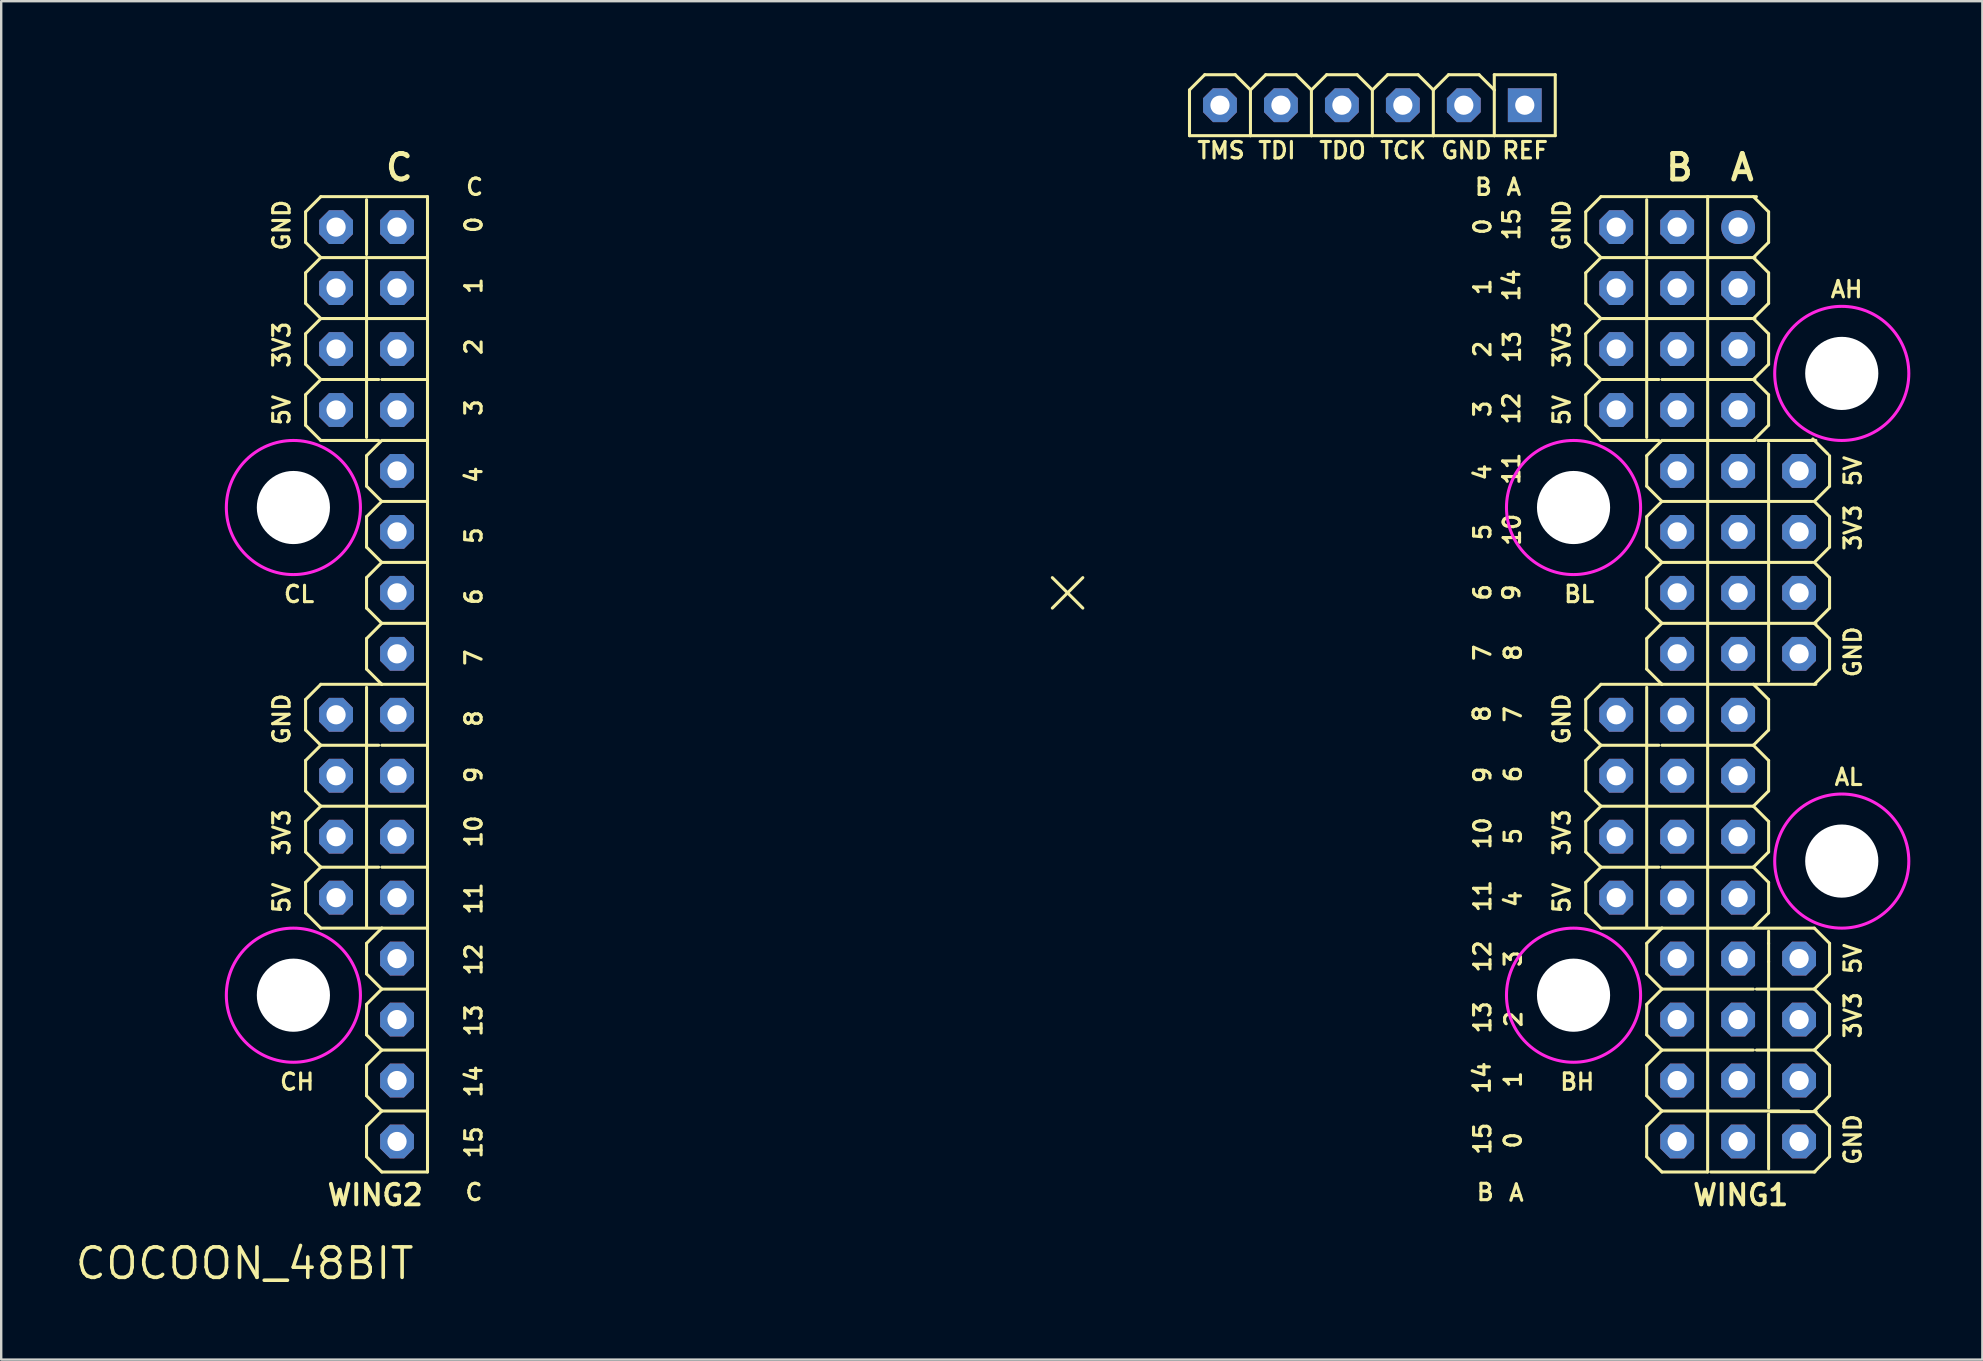
<source format=kicad_pcb>
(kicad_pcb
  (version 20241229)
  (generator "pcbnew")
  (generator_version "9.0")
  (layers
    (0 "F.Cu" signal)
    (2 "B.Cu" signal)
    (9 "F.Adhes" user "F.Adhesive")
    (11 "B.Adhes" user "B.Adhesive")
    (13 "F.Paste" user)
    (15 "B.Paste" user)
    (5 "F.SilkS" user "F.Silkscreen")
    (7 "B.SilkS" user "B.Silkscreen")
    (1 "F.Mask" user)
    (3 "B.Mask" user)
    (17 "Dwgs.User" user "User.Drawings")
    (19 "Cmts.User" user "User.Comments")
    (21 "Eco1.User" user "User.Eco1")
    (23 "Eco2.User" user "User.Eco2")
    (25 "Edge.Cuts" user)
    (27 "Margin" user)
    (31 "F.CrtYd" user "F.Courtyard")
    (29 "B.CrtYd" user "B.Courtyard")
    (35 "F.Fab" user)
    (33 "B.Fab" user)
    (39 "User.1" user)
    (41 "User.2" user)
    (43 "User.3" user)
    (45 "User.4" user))
  (footprint "COCOON_48BIT"
    (layer "F.Cu")
    (at 7.143 49.593)
    (property "Reference" "COCOON_48BIT" (at 0 0 0) (layer "F.SilkS") (effects (font (size 1.27 1.27) (thickness 0.15))))
    (fp_line (start 2.54 -43.815) (end 3.175 -44.45) (stroke (width 0.127) (type solid)) (layer "F.SilkS"))
    (fp_line (start 2.54 -42.545) (end 2.54 -43.815) (stroke (width 0.127) (type solid)) (layer "F.SilkS"))
    (fp_line (start 2.54 -41.275) (end 3.175 -41.91) (stroke (width 0.127) (type solid)) (layer "F.SilkS"))
    (fp_line (start 2.54 -40.005) (end 2.54 -41.275) (stroke (width 0.127) (type solid)) (layer "F.SilkS"))
    (fp_line (start 2.54 -38.735) (end 3.175 -39.37) (stroke (width 0.127) (type solid)) (layer "F.SilkS"))
    (fp_line (start 2.54 -37.465) (end 2.54 -38.735) (stroke (width 0.127) (type solid)) (layer "F.SilkS"))
    (fp_line (start 2.54 -37.465) (end 3.175 -36.83) (stroke (width 0.127) (type solid)) (layer "F.SilkS"))
    (fp_line (start 2.54 -36.195) (end 3.175 -36.83) (stroke (width 0.127) (type solid)) (layer "F.SilkS"))
    (fp_line (start 2.54 -34.925) (end 2.54 -36.195) (stroke (width 0.127) (type solid)) (layer "F.SilkS"))
    (fp_line (start 2.54 -23.495) (end 3.175 -24.13) (stroke (width 0.127) (type solid)) (layer "F.SilkS"))
    (fp_line (start 2.54 -22.225) (end 2.54 -23.495) (stroke (width 0.127) (type solid)) (layer "F.SilkS"))
    (fp_line (start 2.54 -20.955) (end 3.175 -21.59) (stroke (width 0.127) (type solid)) (layer "F.SilkS"))
    (fp_line (start 2.54 -19.685) (end 2.54 -20.955) (stroke (width 0.127) (type solid)) (layer "F.SilkS"))
    (fp_line (start 2.54 -18.415) (end 3.175 -19.05) (stroke (width 0.127) (type solid)) (layer "F.SilkS"))
    (fp_line (start 2.54 -17.145) (end 2.54 -18.415) (stroke (width 0.127) (type solid)) (layer "F.SilkS"))
    (fp_line (start 2.54 -17.145) (end 3.175 -16.51) (stroke (width 0.127) (type solid)) (layer "F.SilkS"))
    (fp_line (start 2.54 -15.875) (end 3.175 -16.51) (stroke (width 0.127) (type solid)) (layer "F.SilkS"))
    (fp_line (start 2.54 -14.605) (end 2.54 -15.875) (stroke (width 0.127) (type solid)) (layer "F.SilkS"))
    (fp_line (start 3.175 -44.45) (end 7.62 -44.45) (stroke (width 0.127) (type solid)) (layer "F.SilkS"))
    (fp_line (start 3.175 -41.91) (end 2.54 -42.545) (stroke (width 0.127) (type solid)) (layer "F.SilkS"))
    (fp_line (start 3.175 -41.91) (end 7.62 -41.91) (stroke (width 0.127) (type solid)) (layer "F.SilkS"))
    (fp_line (start 3.175 -39.37) (end 2.54 -40.005) (stroke (width 0.127) (type solid)) (layer "F.SilkS"))
    (fp_line (start 3.175 -39.37) (end 7.62 -39.37) (stroke (width 0.127) (type solid)) (layer "F.SilkS"))
    (fp_line (start 3.175 -36.83) (end 5.588 -36.83) (stroke (width 0.127) (type solid)) (layer "F.SilkS"))
    (fp_line (start 3.175 -34.29) (end 2.54 -34.925) (stroke (width 0.127) (type solid)) (layer "F.SilkS"))
    (fp_line (start 3.175 -34.29) (end 5.588 -34.29) (stroke (width 0.127) (type solid)) (layer "F.SilkS"))
    (fp_line (start 3.175 -24.13) (end 5.715 -24.13) (stroke (width 0.127) (type solid)) (layer "F.SilkS"))
    (fp_line (start 3.175 -21.59) (end 2.54 -22.225) (stroke (width 0.127) (type solid)) (layer "F.SilkS"))
    (fp_line (start 3.175 -21.59) (end 5.588 -21.59) (stroke (width 0.127) (type solid)) (layer "F.SilkS"))
    (fp_line (start 3.175 -19.05) (end 2.54 -19.685) (stroke (width 0.127) (type solid)) (layer "F.SilkS"))
    (fp_line (start 3.175 -19.05) (end 7.62 -19.05) (stroke (width 0.127) (type solid)) (layer "F.SilkS"))
    (fp_line (start 3.175 -16.51) (end 5.588 -16.51) (stroke (width 0.127) (type solid)) (layer "F.SilkS"))
    (fp_line (start 3.175 -13.97) (end 2.54 -14.605) (stroke (width 0.127) (type solid)) (layer "F.SilkS"))
    (fp_line (start 3.175 -13.97) (end 5.715 -13.97) (stroke (width 0.127) (type solid)) (layer "F.SilkS"))
    (fp_line (start 5.08 -42.037) (end 5.08 -44.323) (stroke (width 0.127) (type solid)) (layer "F.SilkS"))
    (fp_line (start 5.08 -34.417) (end 5.08 -41.783) (stroke (width 0.127) (type solid)) (layer "F.SilkS"))
    (fp_line (start 5.08 -33.655) (end 5.715 -34.29) (stroke (width 0.127) (type solid)) (layer "F.SilkS"))
    (fp_line (start 5.08 -32.385) (end 5.08 -33.655) (stroke (width 0.127) (type solid)) (layer "F.SilkS"))
    (fp_line (start 5.08 -31.115) (end 5.715 -31.75) (stroke (width 0.127) (type solid)) (layer "F.SilkS"))
    (fp_line (start 5.08 -29.845) (end 5.08 -31.115) (stroke (width 0.127) (type solid)) (layer "F.SilkS"))
    (fp_line (start 5.08 -29.845) (end 5.715 -29.21) (stroke (width 0.127) (type solid)) (layer "F.SilkS"))
    (fp_line (start 5.08 -28.575) (end 5.715 -29.21) (stroke (width 0.127) (type solid)) (layer "F.SilkS"))
    (fp_line (start 5.08 -27.305) (end 5.08 -28.575) (stroke (width 0.127) (type solid)) (layer "F.SilkS"))
    (fp_line (start 5.08 -26.035) (end 5.715 -26.67) (stroke (width 0.127) (type solid)) (layer "F.SilkS"))
    (fp_line (start 5.08 -24.765) (end 5.08 -26.035) (stroke (width 0.127) (type solid)) (layer "F.SilkS"))
    (fp_line (start 5.08 -13.995) (end 5.08 -24.003) (stroke (width 0.127) (type solid)) (layer "F.SilkS"))
    (fp_line (start 5.08 -13.335) (end 5.715 -13.97) (stroke (width 0.127) (type solid)) (layer "F.SilkS"))
    (fp_line (start 5.08 -12.065) (end 5.08 -13.335) (stroke (width 0.127) (type solid)) (layer "F.SilkS"))
    (fp_line (start 5.08 -12.065) (end 5.715 -11.43) (stroke (width 0.127) (type solid)) (layer "F.SilkS"))
    (fp_line (start 5.08 -10.795) (end 5.715 -11.43) (stroke (width 0.127) (type solid)) (layer "F.SilkS"))
    (fp_line (start 5.08 -9.525) (end 5.08 -10.795) (stroke (width 0.127) (type solid)) (layer "F.SilkS"))
    (fp_line (start 5.08 -8.255) (end 5.715 -8.89) (stroke (width 0.127) (type solid)) (layer "F.SilkS"))
    (fp_line (start 5.08 -6.985) (end 5.08 -8.255) (stroke (width 0.127) (type solid)) (layer "F.SilkS"))
    (fp_line (start 5.08 -5.715) (end 5.715 -6.35) (stroke (width 0.127) (type solid)) (layer "F.SilkS"))
    (fp_line (start 5.08 -4.445) (end 5.08 -5.715) (stroke (width 0.127) (type solid)) (layer "F.SilkS"))
    (fp_line (start 5.08 -4.445) (end 5.715 -3.81) (stroke (width 0.127) (type solid)) (layer "F.SilkS"))
    (fp_line (start 5.715 -36.83) (end 7.62 -36.83) (stroke (width 0.127) (type solid)) (layer "F.SilkS"))
    (fp_line (start 5.715 -34.29) (end 7.62 -34.29) (stroke (width 0.127) (type solid)) (layer "F.SilkS"))
    (fp_line (start 5.715 -31.75) (end 5.08 -32.385) (stroke (width 0.127) (type solid)) (layer "F.SilkS"))
    (fp_line (start 5.715 -31.75) (end 7.62 -31.75) (stroke (width 0.127) (type solid)) (layer "F.SilkS"))
    (fp_line (start 5.715 -29.21) (end 7.62 -29.21) (stroke (width 0.127) (type solid)) (layer "F.SilkS"))
    (fp_line (start 5.715 -26.67) (end 5.08 -27.305) (stroke (width 0.127) (type solid)) (layer "F.SilkS"))
    (fp_line (start 5.715 -26.67) (end 7.62 -26.67) (stroke (width 0.127) (type solid)) (layer "F.SilkS"))
    (fp_line (start 5.715 -24.13) (end 5.08 -24.765) (stroke (width 0.127) (type solid)) (layer "F.SilkS"))
    (fp_line (start 5.715 -24.13) (end 7.62 -24.13) (stroke (width 0.127) (type solid)) (layer "F.SilkS"))
    (fp_line (start 5.715 -21.59) (end 7.62 -21.59) (stroke (width 0.127) (type solid)) (layer "F.SilkS"))
    (fp_line (start 5.715 -16.51) (end 7.62 -16.51) (stroke (width 0.127) (type solid)) (layer "F.SilkS"))
    (fp_line (start 5.715 -13.97) (end 7.62 -13.97) (stroke (width 0.127) (type solid)) (layer "F.SilkS"))
    (fp_line (start 5.715 -11.43) (end 7.62 -11.43) (stroke (width 0.127) (type solid)) (layer "F.SilkS"))
    (fp_line (start 5.715 -8.89) (end 5.08 -9.525) (stroke (width 0.127) (type solid)) (layer "F.SilkS"))
    (fp_line (start 5.715 -8.89) (end 7.62 -8.89) (stroke (width 0.127) (type solid)) (layer "F.SilkS"))
    (fp_line (start 5.715 -6.35) (end 5.08 -6.985) (stroke (width 0.127) (type solid)) (layer "F.SilkS"))
    (fp_line (start 5.715 -6.35) (end 7.62 -6.35) (stroke (width 0.127) (type solid)) (layer "F.SilkS"))
    (fp_line (start 5.715 -3.81) (end 7.62 -3.81) (stroke (width 0.127) (type solid)) (layer "F.SilkS"))
    (fp_line (start 7.62 -41.91) (end 7.62 -44.45) (stroke (width 0.127) (type solid)) (layer "F.SilkS"))
    (fp_line (start 7.62 -39.37) (end 7.62 -41.91) (stroke (width 0.127) (type solid)) (layer "F.SilkS"))
    (fp_line (start 7.62 -36.83) (end 7.62 -39.37) (stroke (width 0.127) (type solid)) (layer "F.SilkS"))
    (fp_line (start 7.62 -34.29) (end 7.62 -36.83) (stroke (width 0.127) (type solid)) (layer "F.SilkS"))
    (fp_line (start 7.62 -31.75) (end 7.62 -34.29) (stroke (width 0.127) (type solid)) (layer "F.SilkS"))
    (fp_line (start 7.62 -29.21) (end 7.62 -31.75) (stroke (width 0.127) (type solid)) (layer "F.SilkS"))
    (fp_line (start 7.62 -26.67) (end 7.62 -29.21) (stroke (width 0.127) (type solid)) (layer "F.SilkS"))
    (fp_line (start 7.62 -24.13) (end 7.62 -26.67) (stroke (width 0.127) (type solid)) (layer "F.SilkS"))
    (fp_line (start 7.62 -21.59) (end 7.62 -24.13) (stroke (width 0.127) (type solid)) (layer "F.SilkS"))
    (fp_line (start 7.62 -19.05) (end 7.62 -21.59) (stroke (width 0.127) (type solid)) (layer "F.SilkS"))
    (fp_line (start 7.62 -16.51) (end 7.62 -19.05) (stroke (width 0.127) (type solid)) (layer "F.SilkS"))
    (fp_line (start 7.62 -13.97) (end 7.62 -16.51) (stroke (width 0.127) (type solid)) (layer "F.SilkS"))
    (fp_line (start 7.62 -11.43) (end 7.62 -13.97) (stroke (width 0.127) (type solid)) (layer "F.SilkS"))
    (fp_line (start 7.62 -8.89) (end 7.62 -11.43) (stroke (width 0.127) (type solid)) (layer "F.SilkS"))
    (fp_line (start 7.62 -6.35) (end 7.62 -8.89) (stroke (width 0.127) (type solid)) (layer "F.SilkS"))
    (fp_line (start 7.62 -3.81) (end 7.62 -6.35) (stroke (width 0.127) (type solid)) (layer "F.SilkS"))
    (fp_line (start 33.655 -28.575) (end 34.29 -27.94) (stroke (width 0.127) (type solid)) (layer "F.SilkS"))
    (fp_line (start 34.29 -27.94) (end 33.655 -27.305) (stroke (width 0.127) (type solid)) (layer "F.SilkS"))
    (fp_line (start 34.29 -27.94) (end 34.925 -28.575) (stroke (width 0.127) (type solid)) (layer "F.SilkS"))
    (fp_line (start 34.29 -27.94) (end 34.925 -27.305) (stroke (width 0.127) (type solid)) (layer "F.SilkS"))
    (fp_line (start 39.37 -48.895) (end 40.005 -49.53) (stroke (width 0.127) (type solid)) (layer "F.SilkS"))
    (fp_line (start 39.37 -46.99) (end 39.37 -48.895) (stroke (width 0.127) (type solid)) (layer "F.SilkS"))
    (fp_line (start 40.005 -49.53) (end 41.275 -49.53) (stroke (width 0.127) (type solid)) (layer "F.SilkS"))
    (fp_line (start 41.275 -49.53) (end 41.91 -48.895) (stroke (width 0.127) (type solid)) (layer "F.SilkS"))
    (fp_line (start 41.91 -48.895) (end 42.545 -49.53) (stroke (width 0.127) (type solid)) (layer "F.SilkS"))
    (fp_line (start 41.91 -46.99) (end 39.37 -46.99) (stroke (width 0.127) (type solid)) (layer "F.SilkS"))
    (fp_line (start 41.91 -46.99) (end 41.91 -48.895) (stroke (width 0.127) (type solid)) (layer "F.SilkS"))
    (fp_line (start 42.545 -49.53) (end 43.815 -49.53) (stroke (width 0.127) (type solid)) (layer "F.SilkS"))
    (fp_line (start 43.815 -49.53) (end 44.45 -48.895) (stroke (width 0.127) (type solid)) (layer "F.SilkS"))
    (fp_line (start 44.45 -48.895) (end 45.085 -49.53) (stroke (width 0.127) (type solid)) (layer "F.SilkS"))
    (fp_line (start 44.45 -46.99) (end 41.91 -46.99) (stroke (width 0.127) (type solid)) (layer "F.SilkS"))
    (fp_line (start 44.45 -46.99) (end 44.45 -48.895) (stroke (width 0.127) (type solid)) (layer "F.SilkS"))
    (fp_line (start 45.085 -49.53) (end 46.355 -49.53) (stroke (width 0.127) (type solid)) (layer "F.SilkS"))
    (fp_line (start 46.99 -48.895) (end 46.355 -49.53) (stroke (width 0.127) (type solid)) (layer "F.SilkS"))
    (fp_line (start 46.99 -48.895) (end 47.625 -49.53) (stroke (width 0.127) (type solid)) (layer "F.SilkS"))
    (fp_line (start 46.99 -46.99) (end 44.45 -46.99) (stroke (width 0.127) (type solid)) (layer "F.SilkS"))
    (fp_line (start 46.99 -46.99) (end 46.99 -48.895) (stroke (width 0.127) (type solid)) (layer "F.SilkS"))
    (fp_line (start 47.625 -49.53) (end 48.895 -49.53) (stroke (width 0.127) (type solid)) (layer "F.SilkS"))
    (fp_line (start 48.895 -49.53) (end 49.53 -48.895) (stroke (width 0.127) (type solid)) (layer "F.SilkS"))
    (fp_line (start 49.53 -48.895) (end 50.165 -49.53) (stroke (width 0.127) (type solid)) (layer "F.SilkS"))
    (fp_line (start 49.53 -46.99) (end 46.99 -46.99) (stroke (width 0.127) (type solid)) (layer "F.SilkS"))
    (fp_line (start 49.53 -46.99) (end 49.53 -48.895) (stroke (width 0.127) (type solid)) (layer "F.SilkS"))
    (fp_line (start 50.165 -49.53) (end 51.435 -49.53) (stroke (width 0.127) (type solid)) (layer "F.SilkS"))
    (fp_line (start 51.435 -49.53) (end 52.07 -48.895) (stroke (width 0.127) (type solid)) (layer "F.SilkS"))
    (fp_line (start 52.07 -49.53) (end 54.61 -49.53) (stroke (width 0.127) (type solid)) (layer "F.SilkS"))
    (fp_line (start 52.07 -48.895) (end 52.07 -49.53) (stroke (width 0.127) (type solid)) (layer "F.SilkS"))
    (fp_line (start 52.07 -46.99) (end 49.53 -46.99) (stroke (width 0.127) (type solid)) (layer "F.SilkS"))
    (fp_line (start 52.07 -46.99) (end 52.07 -48.895) (stroke (width 0.127) (type solid)) (layer "F.SilkS"))
    (fp_line (start 54.61 -46.99) (end 52.07 -46.99) (stroke (width 0.127) (type solid)) (layer "F.SilkS"))
    (fp_line (start 54.61 -46.99) (end 54.61 -49.53) (stroke (width 0.127) (type solid)) (layer "F.SilkS"))
    (fp_line (start 55.88 -43.815) (end 56.515 -44.45) (stroke (width 0.127) (type solid)) (layer "F.SilkS"))
    (fp_line (start 55.88 -42.545) (end 55.88 -43.815) (stroke (width 0.127) (type solid)) (layer "F.SilkS"))
    (fp_line (start 55.88 -41.275) (end 56.515 -41.91) (stroke (width 0.127) (type solid)) (layer "F.SilkS"))
    (fp_line (start 55.88 -40.005) (end 55.88 -41.275) (stroke (width 0.127) (type solid)) (layer "F.SilkS"))
    (fp_line (start 55.88 -38.735) (end 56.515 -39.37) (stroke (width 0.127) (type solid)) (layer "F.SilkS"))
    (fp_line (start 55.88 -37.465) (end 55.88 -38.735) (stroke (width 0.127) (type solid)) (layer "F.SilkS"))
    (fp_line (start 55.88 -37.465) (end 56.515 -36.83) (stroke (width 0.127) (type solid)) (layer "F.SilkS"))
    (fp_line (start 55.88 -36.195) (end 56.515 -36.83) (stroke (width 0.127) (type solid)) (layer "F.SilkS"))
    (fp_line (start 55.88 -34.925) (end 55.88 -36.195) (stroke (width 0.127) (type solid)) (layer "F.SilkS"))
    (fp_line (start 55.88 -23.495) (end 56.515 -24.13) (stroke (width 0.127) (type solid)) (layer "F.SilkS"))
    (fp_line (start 55.88 -22.225) (end 55.88 -23.495) (stroke (width 0.127) (type solid)) (layer "F.SilkS"))
    (fp_line (start 55.88 -20.955) (end 56.515 -21.59) (stroke (width 0.127) (type solid)) (layer "F.SilkS"))
    (fp_line (start 55.88 -19.685) (end 55.88 -20.955) (stroke (width 0.127) (type solid)) (layer "F.SilkS"))
    (fp_line (start 55.88 -18.415) (end 56.515 -19.05) (stroke (width 0.127) (type solid)) (layer "F.SilkS"))
    (fp_line (start 55.88 -17.145) (end 55.88 -18.415) (stroke (width 0.127) (type solid)) (layer "F.SilkS"))
    (fp_line (start 55.88 -17.145) (end 56.515 -16.51) (stroke (width 0.127) (type solid)) (layer "F.SilkS"))
    (fp_line (start 55.88 -15.875) (end 56.515 -16.51) (stroke (width 0.127) (type solid)) (layer "F.SilkS"))
    (fp_line (start 55.88 -14.605) (end 55.88 -15.875) (stroke (width 0.127) (type solid)) (layer "F.SilkS"))
    (fp_line (start 56.515 -44.45) (end 60.96 -44.45) (stroke (width 0.127) (type solid)) (layer "F.SilkS"))
    (fp_line (start 56.515 -41.91) (end 55.88 -42.545) (stroke (width 0.127) (type solid)) (layer "F.SilkS"))
    (fp_line (start 56.515 -41.91) (end 60.96 -41.91) (stroke (width 0.127) (type solid)) (layer "F.SilkS"))
    (fp_line (start 56.515 -39.37) (end 55.88 -40.005) (stroke (width 0.127) (type solid)) (layer "F.SilkS"))
    (fp_line (start 56.515 -39.37) (end 60.96 -39.37) (stroke (width 0.127) (type solid)) (layer "F.SilkS"))
    (fp_line (start 56.515 -36.83) (end 58.928 -36.83) (stroke (width 0.127) (type solid)) (layer "F.SilkS"))
    (fp_line (start 56.515 -34.29) (end 55.88 -34.925) (stroke (width 0.127) (type solid)) (layer "F.SilkS"))
    (fp_line (start 56.515 -34.29) (end 58.928 -34.29) (stroke (width 0.127) (type solid)) (layer "F.SilkS"))
    (fp_line (start 56.515 -24.13) (end 59.055 -24.13) (stroke (width 0.127) (type solid)) (layer "F.SilkS"))
    (fp_line (start 56.515 -21.59) (end 55.88 -22.225) (stroke (width 0.127) (type solid)) (layer "F.SilkS"))
    (fp_line (start 56.515 -21.59) (end 58.928 -21.59) (stroke (width 0.127) (type solid)) (layer "F.SilkS"))
    (fp_line (start 56.515 -19.05) (end 55.88 -19.685) (stroke (width 0.127) (type solid)) (layer "F.SilkS"))
    (fp_line (start 56.515 -19.05) (end 60.96 -19.05) (stroke (width 0.127) (type solid)) (layer "F.SilkS"))
    (fp_line (start 56.515 -16.51) (end 58.928 -16.51) (stroke (width 0.127) (type solid)) (layer "F.SilkS"))
    (fp_line (start 56.515 -13.97) (end 55.88 -14.605) (stroke (width 0.127) (type solid)) (layer "F.SilkS"))
    (fp_line (start 56.515 -13.97) (end 59.055 -13.97) (stroke (width 0.127) (type solid)) (layer "F.SilkS"))
    (fp_line (start 58.42 -42.037) (end 58.42 -44.323) (stroke (width 0.127) (type solid)) (layer "F.SilkS"))
    (fp_line (start 58.42 -34.417) (end 58.42 -41.783) (stroke (width 0.127) (type solid)) (layer "F.SilkS"))
    (fp_line (start 58.42 -33.655) (end 59.055 -34.29) (stroke (width 0.127) (type solid)) (layer "F.SilkS"))
    (fp_line (start 58.42 -32.385) (end 58.42 -33.655) (stroke (width 0.127) (type solid)) (layer "F.SilkS"))
    (fp_line (start 58.42 -31.115) (end 59.055 -31.75) (stroke (width 0.127) (type solid)) (layer "F.SilkS"))
    (fp_line (start 58.42 -29.845) (end 58.42 -31.115) (stroke (width 0.127) (type solid)) (layer "F.SilkS"))
    (fp_line (start 58.42 -29.845) (end 59.055 -29.21) (stroke (width 0.127) (type solid)) (layer "F.SilkS"))
    (fp_line (start 58.42 -28.575) (end 59.055 -29.21) (stroke (width 0.127) (type solid)) (layer "F.SilkS"))
    (fp_line (start 58.42 -27.305) (end 58.42 -28.575) (stroke (width 0.127) (type solid)) (layer "F.SilkS"))
    (fp_line (start 58.42 -26.035) (end 59.055 -26.67) (stroke (width 0.127) (type solid)) (layer "F.SilkS"))
    (fp_line (start 58.42 -24.765) (end 58.42 -26.035) (stroke (width 0.127) (type solid)) (layer "F.SilkS"))
    (fp_line (start 58.42 -13.995) (end 58.42 -24.003) (stroke (width 0.127) (type solid)) (layer "F.SilkS"))
    (fp_line (start 58.42 -13.335) (end 59.055 -13.97) (stroke (width 0.127) (type solid)) (layer "F.SilkS"))
    (fp_line (start 58.42 -12.065) (end 58.42 -13.335) (stroke (width 0.127) (type solid)) (layer "F.SilkS"))
    (fp_line (start 58.42 -12.065) (end 59.055 -11.43) (stroke (width 0.127) (type solid)) (layer "F.SilkS"))
    (fp_line (start 58.42 -10.795) (end 59.055 -11.43) (stroke (width 0.127) (type solid)) (layer "F.SilkS"))
    (fp_line (start 58.42 -9.525) (end 58.42 -10.795) (stroke (width 0.127) (type solid)) (layer "F.SilkS"))
    (fp_line (start 58.42 -8.255) (end 59.055 -8.89) (stroke (width 0.127) (type solid)) (layer "F.SilkS"))
    (fp_line (start 58.42 -6.985) (end 58.42 -8.255) (stroke (width 0.127) (type solid)) (layer "F.SilkS"))
    (fp_line (start 58.42 -5.715) (end 59.055 -6.35) (stroke (width 0.127) (type solid)) (layer "F.SilkS"))
    (fp_line (start 58.42 -4.445) (end 58.42 -5.715) (stroke (width 0.127) (type solid)) (layer "F.SilkS"))
    (fp_line (start 58.42 -4.445) (end 59.055 -3.81) (stroke (width 0.127) (type solid)) (layer "F.SilkS"))
    (fp_line (start 59.055 -36.83) (end 60.96 -36.83) (stroke (width 0.127) (type solid)) (layer "F.SilkS"))
    (fp_line (start 59.055 -34.29) (end 60.96 -34.29) (stroke (width 0.127) (type solid)) (layer "F.SilkS"))
    (fp_line (start 59.055 -31.75) (end 58.42 -32.385) (stroke (width 0.127) (type solid)) (layer "F.SilkS"))
    (fp_line (start 59.055 -31.75) (end 60.96 -31.75) (stroke (width 0.127) (type solid)) (layer "F.SilkS"))
    (fp_line (start 59.055 -29.21) (end 60.96 -29.21) (stroke (width 0.127) (type solid)) (layer "F.SilkS"))
    (fp_line (start 59.055 -26.67) (end 58.42 -27.305) (stroke (width 0.127) (type solid)) (layer "F.SilkS"))
    (fp_line (start 59.055 -26.67) (end 60.96 -26.67) (stroke (width 0.127) (type solid)) (layer "F.SilkS"))
    (fp_line (start 59.055 -24.13) (end 58.42 -24.765) (stroke (width 0.127) (type solid)) (layer "F.SilkS"))
    (fp_line (start 59.055 -24.13) (end 60.96 -24.13) (stroke (width 0.127) (type solid)) (layer "F.SilkS"))
    (fp_line (start 59.055 -21.59) (end 60.96 -21.59) (stroke (width 0.127) (type solid)) (layer "F.SilkS"))
    (fp_line (start 59.055 -16.51) (end 60.96 -16.51) (stroke (width 0.127) (type solid)) (layer "F.SilkS"))
    (fp_line (start 59.055 -13.97) (end 60.96 -13.97) (stroke (width 0.127) (type solid)) (layer "F.SilkS"))
    (fp_line (start 59.055 -11.43) (end 60.96 -11.43) (stroke (width 0.127) (type solid)) (layer "F.SilkS"))
    (fp_line (start 59.055 -8.89) (end 58.42 -9.525) (stroke (width 0.127) (type solid)) (layer "F.SilkS"))
    (fp_line (start 59.055 -8.89) (end 60.96 -8.89) (stroke (width 0.127) (type solid)) (layer "F.SilkS"))
    (fp_line (start 59.055 -6.35) (end 58.42 -6.985) (stroke (width 0.127) (type solid)) (layer "F.SilkS"))
    (fp_line (start 59.055 -6.35) (end 60.96 -6.35) (stroke (width 0.127) (type solid)) (layer "F.SilkS"))
    (fp_line (start 59.055 -3.81) (end 60.96 -3.81) (stroke (width 0.127) (type solid)) (layer "F.SilkS"))
    (fp_line (start 60.96 -44.45) (end 62.992 -44.45) (stroke (width 0.127) (type solid)) (layer "F.SilkS"))
    (fp_line (start 60.96 -41.91) (end 60.96 -44.45) (stroke (width 0.127) (type solid)) (layer "F.SilkS"))
    (fp_line (start 60.96 -39.37) (end 60.96 -41.91) (stroke (width 0.127) (type solid)) (layer "F.SilkS"))
    (fp_line (start 60.96 -36.83) (end 60.96 -39.37) (stroke (width 0.127) (type solid)) (layer "F.SilkS"))
    (fp_line (start 60.96 -34.29) (end 60.96 -36.83) (stroke (width 0.127) (type solid)) (layer "F.SilkS"))
    (fp_line (start 60.96 -31.75) (end 60.96 -34.29) (stroke (width 0.127) (type solid)) (layer "F.SilkS"))
    (fp_line (start 60.96 -29.21) (end 60.96 -31.75) (stroke (width 0.127) (type solid)) (layer "F.SilkS"))
    (fp_line (start 60.96 -26.67) (end 60.96 -29.21) (stroke (width 0.127) (type solid)) (layer "F.SilkS"))
    (fp_line (start 60.96 -24.13) (end 60.96 -26.67) (stroke (width 0.127) (type solid)) (layer "F.SilkS"))
    (fp_line (start 60.96 -21.59) (end 60.96 -24.13) (stroke (width 0.127) (type solid)) (layer "F.SilkS"))
    (fp_line (start 60.96 -21.59) (end 62.84 -21.59) (stroke (width 0.127) (type solid)) (layer "F.SilkS"))
    (fp_line (start 60.96 -19.05) (end 60.96 -21.59) (stroke (width 0.127) (type solid)) (layer "F.SilkS"))
    (fp_line (start 60.96 -19.05) (end 62.84 -19.05) (stroke (width 0.127) (type solid)) (layer "F.SilkS"))
    (fp_line (start 60.96 -16.51) (end 60.96 -19.05) (stroke (width 0.127) (type solid)) (layer "F.SilkS"))
    (fp_line (start 60.96 -16.51) (end 62.84 -16.51) (stroke (width 0.127) (type solid)) (layer "F.SilkS"))
    (fp_line (start 60.96 -13.97) (end 60.96 -16.51) (stroke (width 0.127) (type solid)) (layer "F.SilkS"))
    (fp_line (start 60.96 -13.97) (end 65.405 -13.97) (stroke (width 0.127) (type solid)) (layer "F.SilkS"))
    (fp_line (start 60.96 -11.43) (end 60.96 -13.97) (stroke (width 0.127) (type solid)) (layer "F.SilkS"))
    (fp_line (start 60.96 -11.43) (end 62.865 -11.43) (stroke (width 0.127) (type solid)) (layer "F.SilkS"))
    (fp_line (start 60.96 -8.89) (end 60.96 -11.43) (stroke (width 0.127) (type solid)) (layer "F.SilkS"))
    (fp_line (start 60.96 -8.89) (end 62.865 -8.89) (stroke (width 0.127) (type solid)) (layer "F.SilkS"))
    (fp_line (start 60.96 -6.35) (end 60.96 -8.89) (stroke (width 0.127) (type solid)) (layer "F.SilkS"))
    (fp_line (start 60.96 -3.81) (end 60.96 -6.35) (stroke (width 0.127) (type solid)) (layer "F.SilkS"))
    (fp_line (start 60.985 -6.35) (end 64.77 -6.35) (stroke (width 0.127) (type solid)) (layer "F.SilkS"))
    (fp_line (start 61.023 -41.91) (end 62.928 -41.91) (stroke (width 0.127) (type solid)) (layer "F.SilkS"))
    (fp_line (start 61.023 -39.37) (end 62.928 -39.37) (stroke (width 0.127) (type solid)) (layer "F.SilkS"))
    (fp_line (start 61.023 -36.83) (end 62.928 -36.83) (stroke (width 0.127) (type solid)) (layer "F.SilkS"))
    (fp_line (start 61.023 -34.29) (end 62.928 -34.29) (stroke (width 0.127) (type solid)) (layer "F.SilkS"))
    (fp_line (start 61.023 -31.75) (end 65.316 -31.75) (stroke (width 0.127) (type solid)) (layer "F.SilkS"))
    (fp_line (start 61.023 -29.21) (end 65.316 -29.21) (stroke (width 0.127) (type solid)) (layer "F.SilkS"))
    (fp_line (start 61.023 -26.67) (end 65.469 -26.67) (stroke (width 0.127) (type solid)) (layer "F.SilkS"))
    (fp_line (start 61.023 -24.13) (end 65.469 -24.13) (stroke (width 0.127) (type solid)) (layer "F.SilkS"))
    (fp_line (start 61.087 -3.81) (end 65.43 -3.81) (stroke (width 0.127) (type solid)) (layer "F.SilkS"))
    (fp_line (start 62.865 -44.45) (end 63.5 -43.815) (stroke (width 0.127) (type solid)) (layer "F.SilkS"))
    (fp_line (start 62.865 -41.91) (end 63.5 -41.275) (stroke (width 0.127) (type solid)) (layer "F.SilkS"))
    (fp_line (start 62.865 -39.37) (end 63.5 -38.735) (stroke (width 0.127) (type solid)) (layer "F.SilkS"))
    (fp_line (start 62.865 -36.83) (end 63.5 -37.465) (stroke (width 0.127) (type solid)) (layer "F.SilkS"))
    (fp_line (start 62.865 -36.83) (end 63.5 -36.195) (stroke (width 0.127) (type solid)) (layer "F.SilkS"))
    (fp_line (start 62.865 -24.13) (end 63.5 -23.495) (stroke (width 0.127) (type solid)) (layer "F.SilkS"))
    (fp_line (start 62.865 -21.59) (end 63.5 -20.955) (stroke (width 0.127) (type solid)) (layer "F.SilkS"))
    (fp_line (start 62.865 -19.05) (end 63.5 -19.685) (stroke (width 0.127) (type solid)) (layer "F.SilkS"))
    (fp_line (start 62.865 -19.05) (end 63.5 -18.415) (stroke (width 0.127) (type solid)) (layer "F.SilkS"))
    (fp_line (start 62.865 -16.51) (end 63.5 -15.875) (stroke (width 0.127) (type solid)) (layer "F.SilkS"))
    (fp_line (start 62.992 -11.43) (end 65.405 -11.43) (stroke (width 0.127) (type solid)) (layer "F.SilkS"))
    (fp_line (start 62.992 -8.89) (end 65.405 -8.89) (stroke (width 0.127) (type solid)) (layer "F.SilkS"))
    (fp_line (start 63.056 -34.29) (end 65.469 -34.29) (stroke (width 0.127) (type solid)) (layer "F.SilkS"))
    (fp_line (start 63.5 -43.815) (end 63.5 -42.545) (stroke (width 0.127) (type solid)) (layer "F.SilkS"))
    (fp_line (start 63.5 -42.545) (end 62.865 -41.91) (stroke (width 0.127) (type solid)) (layer "F.SilkS"))
    (fp_line (start 63.5 -41.275) (end 63.5 -40.005) (stroke (width 0.127) (type solid)) (layer "F.SilkS"))
    (fp_line (start 63.5 -40.005) (end 62.865 -39.37) (stroke (width 0.127) (type solid)) (layer "F.SilkS"))
    (fp_line (start 63.5 -38.735) (end 63.5 -37.465) (stroke (width 0.127) (type solid)) (layer "F.SilkS"))
    (fp_line (start 63.5 -36.195) (end 63.5 -34.925) (stroke (width 0.127) (type solid)) (layer "F.SilkS"))
    (fp_line (start 63.5 -34.925) (end 62.865 -34.29) (stroke (width 0.127) (type solid)) (layer "F.SilkS"))
    (fp_line (start 63.5 -34.163) (end 63.5 -24.257) (stroke (width 0.127) (type solid)) (layer "F.SilkS"))
    (fp_line (start 63.5 -23.495) (end 63.5 -22.225) (stroke (width 0.127) (type solid)) (layer "F.SilkS"))
    (fp_line (start 63.5 -22.225) (end 62.865 -21.59) (stroke (width 0.127) (type solid)) (layer "F.SilkS"))
    (fp_line (start 63.5 -20.955) (end 63.5 -19.685) (stroke (width 0.127) (type solid)) (layer "F.SilkS"))
    (fp_line (start 63.5 -18.415) (end 63.5 -17.145) (stroke (width 0.127) (type solid)) (layer "F.SilkS"))
    (fp_line (start 63.5 -17.145) (end 62.865 -16.51) (stroke (width 0.127) (type solid)) (layer "F.SilkS"))
    (fp_line (start 63.5 -15.875) (end 63.5 -14.605) (stroke (width 0.127) (type solid)) (layer "F.SilkS"))
    (fp_line (start 63.5 -14.605) (end 62.865 -13.97) (stroke (width 0.127) (type solid)) (layer "F.SilkS"))
    (fp_line (start 63.5 -13.843) (end 63.5 -13.335) (stroke (width 0.127) (type solid)) (layer "F.SilkS"))
    (fp_line (start 63.5 -13.335) (end 63.5 -12.573) (stroke (width 0.127) (type solid)) (layer "F.SilkS"))
    (fp_line (start 63.5 -12.573) (end 63.5 -6.477) (stroke (width 0.127) (type solid)) (layer "F.SilkS"))
    (fp_line (start 63.5 -6.223) (end 63.5 -3.937) (stroke (width 0.127) (type solid)) (layer "F.SilkS"))
    (fp_line (start 63.576 -6.325) (end 65.481 -6.325) (stroke (width 0.127) (type solid)) (layer "F.SilkS"))
    (fp_line (start 65.341 -34.353) (end 65.977 -33.718) (stroke (width 0.127) (type solid)) (layer "F.SilkS"))
    (fp_line (start 65.405 -31.75) (end 66.04 -32.385) (stroke (width 0.127) (type solid)) (layer "F.SilkS"))
    (fp_line (start 65.405 -31.75) (end 66.04 -31.115) (stroke (width 0.127) (type solid)) (layer "F.SilkS"))
    (fp_line (start 65.405 -29.21) (end 66.04 -28.575) (stroke (width 0.127) (type solid)) (layer "F.SilkS"))
    (fp_line (start 65.405 -26.67) (end 66.04 -26.035) (stroke (width 0.127) (type solid)) (layer "F.SilkS"))
    (fp_line (start 65.405 -13.97) (end 66.04 -13.335) (stroke (width 0.127) (type solid)) (layer "F.SilkS"))
    (fp_line (start 65.405 -11.43) (end 66.04 -12.065) (stroke (width 0.127) (type solid)) (layer "F.SilkS"))
    (fp_line (start 65.405 -11.43) (end 66.04 -10.795) (stroke (width 0.127) (type solid)) (layer "F.SilkS"))
    (fp_line (start 65.405 -8.89) (end 66.04 -8.255) (stroke (width 0.127) (type solid)) (layer "F.SilkS"))
    (fp_line (start 65.405 -6.35) (end 66.04 -5.715) (stroke (width 0.127) (type solid)) (layer "F.SilkS"))
    (fp_line (start 66.04 -33.655) (end 66.04 -32.385) (stroke (width 0.127) (type solid)) (layer "F.SilkS"))
    (fp_line (start 66.04 -31.115) (end 66.04 -29.845) (stroke (width 0.127) (type solid)) (layer "F.SilkS"))
    (fp_line (start 66.04 -29.845) (end 65.405 -29.21) (stroke (width 0.127) (type solid)) (layer "F.SilkS"))
    (fp_line (start 66.04 -28.575) (end 66.04 -27.305) (stroke (width 0.127) (type solid)) (layer "F.SilkS"))
    (fp_line (start 66.04 -27.305) (end 65.405 -26.67) (stroke (width 0.127) (type solid)) (layer "F.SilkS"))
    (fp_line (start 66.04 -26.035) (end 66.04 -24.765) (stroke (width 0.127) (type solid)) (layer "F.SilkS"))
    (fp_line (start 66.04 -24.765) (end 65.405 -24.13) (stroke (width 0.127) (type solid)) (layer "F.SilkS"))
    (fp_line (start 66.04 -13.335) (end 66.04 -12.065) (stroke (width 0.127) (type solid)) (layer "F.SilkS"))
    (fp_line (start 66.04 -10.795) (end 66.04 -9.525) (stroke (width 0.127) (type solid)) (layer "F.SilkS"))
    (fp_line (start 66.04 -9.525) (end 65.405 -8.89) (stroke (width 0.127) (type solid)) (layer "F.SilkS"))
    (fp_line (start 66.04 -8.255) (end 66.04 -6.985) (stroke (width 0.127) (type solid)) (layer "F.SilkS"))
    (fp_line (start 66.04 -6.985) (end 65.405 -6.35) (stroke (width 0.127) (type solid)) (layer "F.SilkS"))
    (fp_line (start 66.04 -5.715) (end 66.04 -4.445) (stroke (width 0.127) (type solid)) (layer "F.SilkS"))
    (fp_line (start 66.04 -4.445) (end 65.405 -3.81) (stroke (width 0.127) (type solid)) (layer "F.SilkS"))
    (fp_circle (center 2.032 -31.496) (end 4.826 -31.496) (stroke (width 0.127) (type solid)) (fill no) (layer "F.CrtYd"))
    (fp_circle (center 2.032 -11.176) (end 4.826 -11.176) (stroke (width 0.127) (type solid)) (fill no) (layer "F.CrtYd"))
    (fp_circle (center 55.372 -31.496) (end 58.166 -31.496) (stroke (width 0.127) (type solid)) (fill no) (layer "F.CrtYd"))
    (fp_circle (center 55.372 -11.176) (end 58.166 -11.176) (stroke (width 0.127) (type solid)) (fill no) (layer "F.CrtYd"))
    (fp_circle (center 66.548 -37.084) (end 69.342 -37.084) (stroke (width 0.127) (type solid)) (fill no) (layer "F.CrtYd"))
    (fp_circle (center 66.548 -16.764) (end 69.342 -16.764) (stroke (width 0.127) (type solid)) (fill no) (layer "F.CrtYd"))
    (fp_poly (pts (xy 3.556 -42.926) (xy 4.064 -42.926) (xy 4.064 -43.434) (xy 3.556 -43.434)) (stroke (width 0.1) (type default)) (fill no) (layer "F.Fab"))
    (fp_poly (pts (xy 3.556 -40.386) (xy 4.064 -40.386) (xy 4.064 -40.894) (xy 3.556 -40.894)) (stroke (width 0.1) (type default)) (fill no) (layer "F.Fab"))
    (fp_poly (pts (xy 3.556 -37.846) (xy 4.064 -37.846) (xy 4.064 -38.354) (xy 3.556 -38.354)) (stroke (width 0.1) (type default)) (fill no) (layer "F.Fab"))
    (fp_poly (pts (xy 3.556 -35.306) (xy 4.064 -35.306) (xy 4.064 -35.814) (xy 3.556 -35.814)) (stroke (width 0.1) (type default)) (fill no) (layer "F.Fab"))
    (fp_poly (pts (xy 3.556 -22.606) (xy 4.064 -22.606) (xy 4.064 -23.114) (xy 3.556 -23.114)) (stroke (width 0.1) (type default)) (fill no) (layer "F.Fab"))
    (fp_poly (pts (xy 3.556 -20.066) (xy 4.064 -20.066) (xy 4.064 -20.574) (xy 3.556 -20.574)) (stroke (width 0.1) (type default)) (fill no) (layer "F.Fab"))
    (fp_poly (pts (xy 3.556 -17.526) (xy 4.064 -17.526) (xy 4.064 -18.034) (xy 3.556 -18.034)) (stroke (width 0.1) (type default)) (fill no) (layer "F.Fab"))
    (fp_poly (pts (xy 3.556 -14.986) (xy 4.064 -14.986) (xy 4.064 -15.494) (xy 3.556 -15.494)) (stroke (width 0.1) (type default)) (fill no) (layer "F.Fab"))
    (fp_poly (pts (xy 6.096 -42.926) (xy 6.604 -42.926) (xy 6.604 -43.434) (xy 6.096 -43.434)) (stroke (width 0.1) (type default)) (fill no) (layer "F.Fab"))
    (fp_poly (pts (xy 6.096 -40.386) (xy 6.604 -40.386) (xy 6.604 -40.894) (xy 6.096 -40.894)) (stroke (width 0.1) (type default)) (fill no) (layer "F.Fab"))
    (fp_poly (pts (xy 6.096 -37.846) (xy 6.604 -37.846) (xy 6.604 -38.354) (xy 6.096 -38.354)) (stroke (width 0.1) (type default)) (fill no) (layer "F.Fab"))
    (fp_poly (pts (xy 6.096 -35.306) (xy 6.604 -35.306) (xy 6.604 -35.814) (xy 6.096 -35.814)) (stroke (width 0.1) (type default)) (fill no) (layer "F.Fab"))
    (fp_poly (pts (xy 6.096 -32.766) (xy 6.604 -32.766) (xy 6.604 -33.274) (xy 6.096 -33.274)) (stroke (width 0.1) (type default)) (fill no) (layer "F.Fab"))
    (fp_poly (pts (xy 6.096 -30.226) (xy 6.604 -30.226) (xy 6.604 -30.734) (xy 6.096 -30.734)) (stroke (width 0.1) (type default)) (fill no) (layer "F.Fab"))
    (fp_poly (pts (xy 6.096 -27.686) (xy 6.604 -27.686) (xy 6.604 -28.194) (xy 6.096 -28.194)) (stroke (width 0.1) (type default)) (fill no) (layer "F.Fab"))
    (fp_poly (pts (xy 6.096 -25.146) (xy 6.604 -25.146) (xy 6.604 -25.654) (xy 6.096 -25.654)) (stroke (width 0.1) (type default)) (fill no) (layer "F.Fab"))
    (fp_poly (pts (xy 6.096 -22.606) (xy 6.604 -22.606) (xy 6.604 -23.114) (xy 6.096 -23.114)) (stroke (width 0.1) (type default)) (fill no) (layer "F.Fab"))
    (fp_poly (pts (xy 6.096 -20.066) (xy 6.604 -20.066) (xy 6.604 -20.574) (xy 6.096 -20.574)) (stroke (width 0.1) (type default)) (fill no) (layer "F.Fab"))
    (fp_poly (pts (xy 6.096 -17.526) (xy 6.604 -17.526) (xy 6.604 -18.034) (xy 6.096 -18.034)) (stroke (width 0.1) (type default)) (fill no) (layer "F.Fab"))
    (fp_poly (pts (xy 6.096 -14.986) (xy 6.604 -14.986) (xy 6.604 -15.494) (xy 6.096 -15.494)) (stroke (width 0.1) (type default)) (fill no) (layer "F.Fab"))
    (fp_poly (pts (xy 6.096 -12.446) (xy 6.604 -12.446) (xy 6.604 -12.954) (xy 6.096 -12.954)) (stroke (width 0.1) (type default)) (fill no) (layer "F.Fab"))
    (fp_poly (pts (xy 6.096 -12.446) (xy 6.604 -12.446) (xy 6.604 -12.954) (xy 6.096 -12.954)) (stroke (width 0.1) (type default)) (fill no) (layer "F.Fab"))
    (fp_poly (pts (xy 6.096 -9.906) (xy 6.604 -9.906) (xy 6.604 -10.414) (xy 6.096 -10.414)) (stroke (width 0.1) (type default)) (fill no) (layer "F.Fab"))
    (fp_poly (pts (xy 6.096 -7.366) (xy 6.604 -7.366) (xy 6.604 -7.874) (xy 6.096 -7.874)) (stroke (width 0.1) (type default)) (fill no) (layer "F.Fab"))
    (fp_poly (pts (xy 6.096 -4.826) (xy 6.604 -4.826) (xy 6.604 -5.334) (xy 6.096 -5.334)) (stroke (width 0.1) (type default)) (fill no) (layer "F.Fab"))
    (fp_poly (pts (xy 40.386 -48.006) (xy 40.894 -48.006) (xy 40.894 -48.514) (xy 40.386 -48.514)) (stroke (width 0.1) (type default)) (fill no) (layer "F.Fab"))
    (fp_poly (pts (xy 42.926 -48.006) (xy 43.434 -48.006) (xy 43.434 -48.514) (xy 42.926 -48.514)) (stroke (width 0.1) (type default)) (fill no) (layer "F.Fab"))
    (fp_poly (pts (xy 45.466 -48.006) (xy 45.974 -48.006) (xy 45.974 -48.514) (xy 45.466 -48.514)) (stroke (width 0.1) (type default)) (fill no) (layer "F.Fab"))
    (fp_poly (pts (xy 48.006 -48.006) (xy 48.514 -48.006) (xy 48.514 -48.514) (xy 48.006 -48.514)) (stroke (width 0.1) (type default)) (fill no) (layer "F.Fab"))
    (fp_poly (pts (xy 50.546 -48.006) (xy 51.054 -48.006) (xy 51.054 -48.514) (xy 50.546 -48.514)) (stroke (width 0.1) (type default)) (fill no) (layer "F.Fab"))
    (fp_poly (pts (xy 53.086 -48.006) (xy 53.594 -48.006) (xy 53.594 -48.514) (xy 53.086 -48.514)) (stroke (width 0.1) (type default)) (fill no) (layer "F.Fab"))
    (fp_poly (pts (xy 56.896 -42.926) (xy 57.404 -42.926) (xy 57.404 -43.434) (xy 56.896 -43.434)) (stroke (width 0.1) (type default)) (fill no) (layer "F.Fab"))
    (fp_poly (pts (xy 56.896 -40.386) (xy 57.404 -40.386) (xy 57.404 -40.894) (xy 56.896 -40.894)) (stroke (width 0.1) (type default)) (fill no) (layer "F.Fab"))
    (fp_poly (pts (xy 56.896 -37.846) (xy 57.404 -37.846) (xy 57.404 -38.354) (xy 56.896 -38.354)) (stroke (width 0.1) (type default)) (fill no) (layer "F.Fab"))
    (fp_poly (pts (xy 56.896 -35.306) (xy 57.404 -35.306) (xy 57.404 -35.814) (xy 56.896 -35.814)) (stroke (width 0.1) (type default)) (fill no) (layer "F.Fab"))
    (fp_poly (pts (xy 56.896 -22.606) (xy 57.404 -22.606) (xy 57.404 -23.114) (xy 56.896 -23.114)) (stroke (width 0.1) (type default)) (fill no) (layer "F.Fab"))
    (fp_poly (pts (xy 56.896 -20.066) (xy 57.404 -20.066) (xy 57.404 -20.574) (xy 56.896 -20.574)) (stroke (width 0.1) (type default)) (fill no) (layer "F.Fab"))
    (fp_poly (pts (xy 56.896 -17.526) (xy 57.404 -17.526) (xy 57.404 -18.034) (xy 56.896 -18.034)) (stroke (width 0.1) (type default)) (fill no) (layer "F.Fab"))
    (fp_poly (pts (xy 56.896 -14.986) (xy 57.404 -14.986) (xy 57.404 -15.494) (xy 56.896 -15.494)) (stroke (width 0.1) (type default)) (fill no) (layer "F.Fab"))
    (fp_poly (pts (xy 59.436 -42.926) (xy 59.944 -42.926) (xy 59.944 -43.434) (xy 59.436 -43.434)) (stroke (width 0.1) (type default)) (fill no) (layer "F.Fab"))
    (fp_poly (pts (xy 59.436 -40.386) (xy 59.944 -40.386) (xy 59.944 -40.894) (xy 59.436 -40.894)) (stroke (width 0.1) (type default)) (fill no) (layer "F.Fab"))
    (fp_poly (pts (xy 59.436 -37.846) (xy 59.944 -37.846) (xy 59.944 -38.354) (xy 59.436 -38.354)) (stroke (width 0.1) (type default)) (fill no) (layer "F.Fab"))
    (fp_poly (pts (xy 59.436 -35.306) (xy 59.944 -35.306) (xy 59.944 -35.814) (xy 59.436 -35.814)) (stroke (width 0.1) (type default)) (fill no) (layer "F.Fab"))
    (fp_poly (pts (xy 59.436 -32.766) (xy 59.944 -32.766) (xy 59.944 -33.274) (xy 59.436 -33.274)) (stroke (width 0.1) (type default)) (fill no) (layer "F.Fab"))
    (fp_poly (pts (xy 59.436 -30.226) (xy 59.944 -30.226) (xy 59.944 -30.734) (xy 59.436 -30.734)) (stroke (width 0.1) (type default)) (fill no) (layer "F.Fab"))
    (fp_poly (pts (xy 59.436 -27.686) (xy 59.944 -27.686) (xy 59.944 -28.194) (xy 59.436 -28.194)) (stroke (width 0.1) (type default)) (fill no) (layer "F.Fab"))
    (fp_poly (pts (xy 59.436 -25.146) (xy 59.944 -25.146) (xy 59.944 -25.654) (xy 59.436 -25.654)) (stroke (width 0.1) (type default)) (fill no) (layer "F.Fab"))
    (fp_poly (pts (xy 59.436 -22.606) (xy 59.944 -22.606) (xy 59.944 -23.114) (xy 59.436 -23.114)) (stroke (width 0.1) (type default)) (fill no) (layer "F.Fab"))
    (fp_poly (pts (xy 59.436 -20.066) (xy 59.944 -20.066) (xy 59.944 -20.574) (xy 59.436 -20.574)) (stroke (width 0.1) (type default)) (fill no) (layer "F.Fab"))
    (fp_poly (pts (xy 59.436 -17.526) (xy 59.944 -17.526) (xy 59.944 -18.034) (xy 59.436 -18.034)) (stroke (width 0.1) (type default)) (fill no) (layer "F.Fab"))
    (fp_poly (pts (xy 59.436 -14.986) (xy 59.944 -14.986) (xy 59.944 -15.494) (xy 59.436 -15.494)) (stroke (width 0.1) (type default)) (fill no) (layer "F.Fab"))
    (fp_poly (pts (xy 59.436 -12.446) (xy 59.944 -12.446) (xy 59.944 -12.954) (xy 59.436 -12.954)) (stroke (width 0.1) (type default)) (fill no) (layer "F.Fab"))
    (fp_poly (pts (xy 59.436 -12.446) (xy 59.944 -12.446) (xy 59.944 -12.954) (xy 59.436 -12.954)) (stroke (width 0.1) (type default)) (fill no) (layer "F.Fab"))
    (fp_poly (pts (xy 59.436 -9.906) (xy 59.944 -9.906) (xy 59.944 -10.414) (xy 59.436 -10.414)) (stroke (width 0.1) (type default)) (fill no) (layer "F.Fab"))
    (fp_poly (pts (xy 59.436 -7.366) (xy 59.944 -7.366) (xy 59.944 -7.874) (xy 59.436 -7.874)) (stroke (width 0.1) (type default)) (fill no) (layer "F.Fab"))
    (fp_poly (pts (xy 59.436 -4.826) (xy 59.944 -4.826) (xy 59.944 -5.334) (xy 59.436 -5.334)) (stroke (width 0.1) (type default)) (fill no) (layer "F.Fab"))
    (fp_poly (pts (xy 62.484 -43.434) (xy 61.976 -43.434) (xy 61.976 -42.926) (xy 62.484 -42.926)) (stroke (width 0.1) (type default)) (fill no) (layer "F.Fab"))
    (fp_poly (pts (xy 62.484 -40.894) (xy 61.976 -40.894) (xy 61.976 -40.386) (xy 62.484 -40.386)) (stroke (width 0.1) (type default)) (fill no) (layer "F.Fab"))
    (fp_poly (pts (xy 62.484 -38.354) (xy 61.976 -38.354) (xy 61.976 -37.846) (xy 62.484 -37.846)) (stroke (width 0.1) (type default)) (fill no) (layer "F.Fab"))
    (fp_poly (pts (xy 62.484 -35.814) (xy 61.976 -35.814) (xy 61.976 -35.306) (xy 62.484 -35.306)) (stroke (width 0.1) (type default)) (fill no) (layer "F.Fab"))
    (fp_poly (pts (xy 62.484 -33.274) (xy 61.976 -33.274) (xy 61.976 -32.766) (xy 62.484 -32.766)) (stroke (width 0.1) (type default)) (fill no) (layer "F.Fab"))
    (fp_poly (pts (xy 62.484 -30.734) (xy 61.976 -30.734) (xy 61.976 -30.226) (xy 62.484 -30.226)) (stroke (width 0.1) (type default)) (fill no) (layer "F.Fab"))
    (fp_poly (pts (xy 62.484 -28.194) (xy 61.976 -28.194) (xy 61.976 -27.686) (xy 62.484 -27.686)) (stroke (width 0.1) (type default)) (fill no) (layer "F.Fab"))
    (fp_poly (pts (xy 62.484 -25.654) (xy 61.976 -25.654) (xy 61.976 -25.146) (xy 62.484 -25.146)) (stroke (width 0.1) (type default)) (fill no) (layer "F.Fab"))
    (fp_poly (pts (xy 62.484 -23.114) (xy 61.976 -23.114) (xy 61.976 -22.606) (xy 62.484 -22.606)) (stroke (width 0.1) (type default)) (fill no) (layer "F.Fab"))
    (fp_poly (pts (xy 62.484 -20.574) (xy 61.976 -20.574) (xy 61.976 -20.066) (xy 62.484 -20.066)) (stroke (width 0.1) (type default)) (fill no) (layer "F.Fab"))
    (fp_poly (pts (xy 62.484 -18.034) (xy 61.976 -18.034) (xy 61.976 -17.526) (xy 62.484 -17.526)) (stroke (width 0.1) (type default)) (fill no) (layer "F.Fab"))
    (fp_poly (pts (xy 62.484 -15.494) (xy 61.976 -15.494) (xy 61.976 -14.986) (xy 62.484 -14.986)) (stroke (width 0.1) (type default)) (fill no) (layer "F.Fab"))
    (fp_poly (pts (xy 62.484 -12.954) (xy 61.976 -12.954) (xy 61.976 -12.446) (xy 62.484 -12.446)) (stroke (width 0.1) (type default)) (fill no) (layer "F.Fab"))
    (fp_poly (pts (xy 62.484 -10.414) (xy 61.976 -10.414) (xy 61.976 -9.906) (xy 62.484 -9.906)) (stroke (width 0.1) (type default)) (fill no) (layer "F.Fab"))
    (fp_poly (pts (xy 62.484 -7.874) (xy 61.976 -7.874) (xy 61.976 -7.366) (xy 62.484 -7.366)) (stroke (width 0.1) (type default)) (fill no) (layer "F.Fab"))
    (fp_poly (pts (xy 62.484 -5.334) (xy 61.976 -5.334) (xy 61.976 -4.826) (xy 62.484 -4.826)) (stroke (width 0.1) (type default)) (fill no) (layer "F.Fab"))
    (fp_poly (pts (xy 65.024 -33.274) (xy 64.516 -33.274) (xy 64.516 -32.766) (xy 65.024 -32.766)) (stroke (width 0.1) (type default)) (fill no) (layer "F.Fab"))
    (fp_poly (pts (xy 65.024 -30.734) (xy 64.516 -30.734) (xy 64.516 -30.226) (xy 65.024 -30.226)) (stroke (width 0.1) (type default)) (fill no) (layer "F.Fab"))
    (fp_poly (pts (xy 65.024 -28.194) (xy 64.516 -28.194) (xy 64.516 -27.686) (xy 65.024 -27.686)) (stroke (width 0.1) (type default)) (fill no) (layer "F.Fab"))
    (fp_poly (pts (xy 65.024 -25.654) (xy 64.516 -25.654) (xy 64.516 -25.146) (xy 65.024 -25.146)) (stroke (width 0.1) (type default)) (fill no) (layer "F.Fab"))
    (fp_poly (pts (xy 65.024 -12.954) (xy 64.516 -12.954) (xy 64.516 -12.446) (xy 65.024 -12.446)) (stroke (width 0.1) (type default)) (fill no) (layer "F.Fab"))
    (fp_poly (pts (xy 65.024 -10.414) (xy 64.516 -10.414) (xy 64.516 -9.906) (xy 65.024 -9.906)) (stroke (width 0.1) (type default)) (fill no) (layer "F.Fab"))
    (fp_poly (pts (xy 65.024 -7.874) (xy 64.516 -7.874) (xy 64.516 -7.366) (xy 65.024 -7.366)) (stroke (width 0.1) (type default)) (fill no) (layer "F.Fab"))
    (fp_poly (pts (xy 65.024 -5.334) (xy 64.516 -5.334) (xy 64.516 -4.826) (xy 65.024 -4.826)) (stroke (width 0.1) (type default)) (fill no) (layer "F.Fab"))
    (fp_text user "3V3" (at 66.612 -31.686 90) (layer "F.SilkS") (effects (font (size 0.683 0.683) (thickness 0.13)) (justify right top)))
    (fp_text user "1" (at 51.181 -41.097 90) (layer "F.SilkS") (effects (font (size 0.683 0.683) (thickness 0.13)) (justify right top)))
    (fp_text user "REF" (at 52.324 -45.974 0) (layer "F.SilkS") (effects (font (size 0.683 0.683) (thickness 0.13)) (justify left bottom)))
    (fp_text user "4" (at 51.181 -33.376 90) (layer "F.SilkS") (effects (font (size 0.683 0.683) (thickness 0.13)) (justify right top)))
    (fp_text user "5V" (at 1.143 -15.938 90) (layer "F.SilkS") (effects (font (size 0.683 0.683) (thickness 0.13)) (justify right top)))
    (fp_text user "13" (at 9.144 -10.858 90) (layer "F.SilkS") (effects (font (size 0.683 0.683) (thickness 0.13)) (justify right top)))
    (fp_text user "AH" (at 67.488 -40.983 0) (layer "F.SilkS") (effects (font (size 0.683 0.683) (thickness 0.13)) (justify right top)))
    (fp_text user "3V3" (at 1.143 -39.306 90) (layer "F.SilkS") (effects (font (size 0.683 0.683) (thickness 0.13)) (justify right top)))
    (fp_text user "3" (at 52.451 -13.106 90) (layer "F.SilkS") (effects (font (size 0.683 0.683) (thickness 0.13)) (justify right top)))
    (fp_text user "9" (at 51.181 -20.765 90) (layer "F.SilkS") (effects (font (size 0.683 0.683) (thickness 0.13)) (justify right top)))
    (fp_text user "0" (at 52.451 -5.537 90) (layer "F.SilkS") (effects (font (size 0.683 0.683) (thickness 0.13)) (justify right top)))
    (fp_text user "2" (at 51.181 -38.506 90) (layer "F.SilkS") (effects (font (size 0.683 0.683) (thickness 0.13)) (justify right top)))
    (fp_text user "B" (at 52.121 -3.365 0) (layer "F.SilkS") (effects (font (size 0.683 0.683) (thickness 0.13)) (justify right top)))
    (fp_text user "5V" (at 66.612 -33.718 90) (layer "F.SilkS") (effects (font (size 0.683 0.683) (thickness 0.13)) (justify right top)))
    (fp_text user "B" (at 52.045 -45.25 0) (layer "F.SilkS") (effects (font (size 0.683 0.683) (thickness 0.13)) (justify right top)))
    (fp_text user "13" (at 52.413 -38.925 90) (layer "F.SilkS") (effects (font (size 0.683 0.683) (thickness 0.13)) (justify right top)))
    (fp_text user "12" (at 9.144 -13.399 90) (layer "F.SilkS") (effects (font (size 0.683 0.683) (thickness 0.13)) (justify right top)))
    (fp_text user "13" (at 51.181 -10.986 90) (layer "F.SilkS") (effects (font (size 0.683 0.683) (thickness 0.13)) (justify right top)))
    (fp_text user "15" (at 52.388 -44.031 90) (layer "F.SilkS") (effects (font (size 0.683 0.683) (thickness 0.13)) (justify right top)))
    (fp_text user "7" (at 51.181 -25.857 90) (layer "F.SilkS") (effects (font (size 0.683 0.683) (thickness 0.13)) (justify right top)))
    (fp_text user "BL" (at 56.312 -28.283 0) (layer "F.SilkS") (effects (font (size 0.683 0.683) (thickness 0.13)) (justify right top)))
    (fp_text user "A" (at 62.992 -46.291 0) (layer "F.SilkS") (effects (font (size 1.067 1.067) (thickness 0.203)) (justify right top)))
    (fp_text user "9" (at 9.144 -20.765 90) (layer "F.SilkS") (effects (font (size 0.683 0.683) (thickness 0.13)) (justify right top)))
    (fp_text user "3V3" (at 54.483 -18.986 90) (layer "F.SilkS") (effects (font (size 0.683 0.683) (thickness 0.13)) (justify right top)))
    (fp_text user "10" (at 51.181 -18.656 90) (layer "F.SilkS") (effects (font (size 0.683 0.683) (thickness 0.13)) (justify right top)))
    (fp_text user "6" (at 9.144 -28.194 90) (layer "F.SilkS") (effects (font (size 0.683 0.683) (thickness 0.13)) (justify right top)))
    (fp_text user "8" (at 9.144 -23.114 90) (layer "F.SilkS") (effects (font (size 0.683 0.683) (thickness 0.13)) (justify right top)))
    (fp_text user "TMS" (at 39.624 -45.974 0) (layer "F.SilkS") (effects (font (size 0.683 0.683) (thickness 0.13)) (justify left bottom)))
    (fp_text user "GND" (at 54.483 -23.812 90) (layer "F.SilkS") (effects (font (size 0.683 0.683) (thickness 0.13)) (justify right top)))
    (fp_text user "3V3" (at 66.612 -11.367 90) (layer "F.SilkS") (effects (font (size 0.683 0.683) (thickness 0.13)) (justify right top)))
    (fp_text user "8" (at 52.451 -25.857 90) (layer "F.SilkS") (effects (font (size 0.683 0.683) (thickness 0.13)) (justify right top)))
    (fp_text user "1" (at 52.451 -8.077 90) (layer "F.SilkS") (effects (font (size 0.683 0.683) (thickness 0.13)) (justify right top)))
    (fp_text user "A" (at 53.365 -3.34 0) (layer "F.SilkS") (effects (font (size 0.683 0.683) (thickness 0.13)) (justify right top)))
    (fp_text user "2" (at 9.144 -38.608 90) (layer "F.SilkS") (effects (font (size 0.683 0.683) (thickness 0.13)) (justify right top)))
    (fp_text user "C" (at 7.112 -46.291 0) (layer "F.SilkS") (effects (font (size 1.067 1.067) (thickness 0.203)) (justify right top)))
    (fp_text user "GND" (at 66.612 -26.607 90) (layer "F.SilkS") (effects (font (size 0.683 0.683) (thickness 0.13)) (justify right top)))
    (fp_text user "11" (at 52.388 -33.846 90) (layer "F.SilkS") (effects (font (size 0.683 0.683) (thickness 0.13)) (justify right top)))
    (fp_text user "C" (at 10.008 -45.25 0) (layer "F.SilkS") (effects (font (size 0.683 0.683) (thickness 0.13)) (justify right top)))
    (fp_text user "3" (at 51.181 -36.017 90) (layer "F.SilkS") (effects (font (size 0.683 0.683) (thickness 0.13)) (justify right top)))
    (fp_text user "14" (at 51.156 -8.471 90) (layer "F.SilkS") (effects (font (size 0.683 0.683) (thickness 0.13)) (justify right top)))
    (fp_text user "5V" (at 54.483 -36.258 90) (layer "F.SilkS") (effects (font (size 0.683 0.683) (thickness 0.13)) (justify right top)))
    (fp_text user "WING1" (at 60.261 -2.349 0) (layer "F.SilkS") (effects (font (size 0.853 0.853) (thickness 0.163)) (justify left bottom)))
    (fp_text user "6" (at 52.451 -20.803 90) (layer "F.SilkS") (effects (font (size 0.683 0.683) (thickness 0.13)) (justify right top)))
    (fp_text user "15" (at 51.181 -5.931 90) (layer "F.SilkS") (effects (font (size 0.683 0.683) (thickness 0.13)) (justify right top)))
    (fp_text user "11" (at 9.144 -15.938 90) (layer "F.SilkS") (effects (font (size 0.683 0.683) (thickness 0.13)) (justify right top)))
    (fp_text user "B" (at 60.452 -46.291 0) (layer "F.SilkS") (effects (font (size 1.067 1.067) (thickness 0.203)) (justify right top)))
    (fp_text user "WING2" (at 3.365 -2.349 0) (layer "F.SilkS") (effects (font (size 0.853 0.853) (thickness 0.163)) (justify left bottom)))
    (fp_text user "7" (at 9.144 -25.654 90) (layer "F.SilkS") (effects (font (size 0.683 0.683) (thickness 0.13)) (justify right top)))
    (fp_text user "12" (at 52.388 -36.36 90) (layer "F.SilkS") (effects (font (size 0.683 0.683) (thickness 0.13)) (justify right top)))
    (fp_text user "0" (at 51.181 -43.612 90) (layer "F.SilkS") (effects (font (size 0.683 0.683) (thickness 0.13)) (justify right top)))
    (fp_text user "BH" (at 56.312 -7.963 0) (layer "F.SilkS") (effects (font (size 0.683 0.683) (thickness 0.13)) (justify right top)))
    (fp_text user "AL" (at 67.488 -20.663 0) (layer "F.SilkS") (effects (font (size 0.683 0.683) (thickness 0.13)) (justify right top)))
    (fp_text user "10" (at 52.413 -31.305 90) (layer "F.SilkS") (effects (font (size 0.683 0.683) (thickness 0.13)) (justify right top)))
    (fp_text user "GND" (at 49.784 -45.974 0) (layer "F.SilkS") (effects (font (size 0.683 0.683) (thickness 0.13)) (justify left bottom)))
    (fp_text user "GND" (at 1.143 -23.812 90) (layer "F.SilkS") (effects (font (size 0.683 0.683) (thickness 0.13)) (justify right top)))
    (fp_text user "8" (at 51.156 -23.317 90) (layer "F.SilkS") (effects (font (size 0.683 0.683) (thickness 0.13)) (justify right top)))
    (fp_text user "GND" (at 1.143 -44.386 90) (layer "F.SilkS") (effects (font (size 0.683 0.683) (thickness 0.13)) (justify right top)))
    (fp_text user "3V3" (at 1.143 -18.986 90) (layer "F.SilkS") (effects (font (size 0.683 0.683) (thickness 0.13)) (justify right top)))
    (fp_text user "5V" (at 66.612 -13.399 90) (layer "F.SilkS") (effects (font (size 0.683 0.683) (thickness 0.13)) (justify right top)))
    (fp_text user "GND" (at 66.612 -6.287 90) (layer "F.SilkS") (effects (font (size 0.683 0.683) (thickness 0.13)) (justify right top)))
    (fp_text user "CL" (at 2.972 -28.283 0) (layer "F.SilkS") (effects (font (size 0.683 0.683) (thickness 0.13)) (justify right top)))
    (fp_text user "5" (at 52.451 -18.212 90) (layer "F.SilkS") (effects (font (size 0.683 0.683) (thickness 0.13)) (justify right top)))
    (fp_text user "4" (at 52.451 -15.596 90) (layer "F.SilkS") (effects (font (size 0.683 0.683) (thickness 0.13)) (justify right top)))
    (fp_text user "15" (at 9.144 -5.779 90) (layer "F.SilkS") (effects (font (size 0.683 0.683) (thickness 0.13)) (justify right top)))
    (fp_text user "TDI" (at 42.164 -45.974 0) (layer "F.SilkS") (effects (font (size 0.683 0.683) (thickness 0.13)) (justify left bottom)))
    (fp_text user "2" (at 52.476 -10.592 90) (layer "F.SilkS") (effects (font (size 0.683 0.683) (thickness 0.13)) (justify right top)))
    (fp_text user "C" (at 9.982 -3.365 0) (layer "F.SilkS") (effects (font (size 0.683 0.683) (thickness 0.13)) (justify right top)))
    (fp_text user "6" (at 51.181 -28.372 90) (layer "F.SilkS") (effects (font (size 0.683 0.683) (thickness 0.13)) (justify right top)))
    (fp_text user "7" (at 52.451 -23.292 90) (layer "F.SilkS") (effects (font (size 0.683 0.683) (thickness 0.13)) (justify right top)))
    (fp_text user "CH" (at 2.972 -7.963 0) (layer "F.SilkS") (effects (font (size 0.683 0.683) (thickness 0.13)) (justify right top)))
    (fp_text user "4" (at 9.144 -33.274 90) (layer "F.SilkS") (effects (font (size 0.683 0.683) (thickness 0.13)) (justify right top)))
    (fp_text user "3V3" (at 54.483 -39.306 90) (layer "F.SilkS") (effects (font (size 0.683 0.683) (thickness 0.13)) (justify right top)))
    (fp_text user "0" (at 9.144 -43.688 90) (layer "F.SilkS") (effects (font (size 0.683 0.683) (thickness 0.13)) (justify right top)))
    (fp_text user "5V" (at 54.483 -15.938 90) (layer "F.SilkS") (effects (font (size 0.683 0.683) (thickness 0.13)) (justify right top)))
    (fp_text user "3" (at 9.144 -36.068 90) (layer "F.SilkS") (effects (font (size 0.683 0.683) (thickness 0.13)) (justify right top)))
    (fp_text user "TCK" (at 47.244 -45.974 0) (layer "F.SilkS") (effects (font (size 0.683 0.683) (thickness 0.13)) (justify left bottom)))
    (fp_text user "5" (at 9.144 -30.734 90) (layer "F.SilkS") (effects (font (size 0.683 0.683) (thickness 0.13)) (justify right top)))
    (fp_text user "TDO" (at 44.704 -45.974 0) (layer "F.SilkS") (effects (font (size 0.683 0.683) (thickness 0.13)) (justify left bottom)))
    (fp_text user "1" (at 9.144 -41.148 90) (layer "F.SilkS") (effects (font (size 0.683 0.683) (thickness 0.13)) (justify right top)))
    (fp_text user "5V" (at 1.143 -36.258 90) (layer "F.SilkS") (effects (font (size 0.683 0.683) (thickness 0.13)) (justify right top)))
    (fp_text user "GND" (at 54.483 -44.386 90) (layer "F.SilkS") (effects (font (size 0.683 0.683) (thickness 0.13)) (justify right top)))
    (fp_text user "14" (at 9.144 -8.319 90) (layer "F.SilkS") (effects (font (size 0.683 0.683) (thickness 0.13)) (justify right top)))
    (fp_text user "14" (at 52.388 -41.491 90) (layer "F.SilkS") (effects (font (size 0.683 0.683) (thickness 0.13)) (justify right top)))
    (fp_text user "11" (at 51.181 -16.04 90) (layer "F.SilkS") (effects (font (size 0.683 0.683) (thickness 0.13)) (justify right top)))
    (fp_text user "A" (at 53.264 -45.25 0) (layer "F.SilkS") (effects (font (size 0.683 0.683) (thickness 0.13)) (justify right top)))
    (fp_text user "12" (at 51.181 -13.525 90) (layer "F.SilkS") (effects (font (size 0.683 0.683) (thickness 0.13)) (justify right top)))
    (fp_text user "5" (at 51.181 -30.886 90) (layer "F.SilkS") (effects (font (size 0.683 0.683) (thickness 0.13)) (justify right top)))
    (fp_text user "9" (at 52.388 -28.359 90) (layer "F.SilkS") (effects (font (size 0.683 0.683) (thickness 0.13)) (justify right top)))
    (fp_text user "10" (at 9.144 -18.733 90) (layer "F.SilkS") (effects (font (size 0.683 0.683) (thickness 0.13)) (justify right top)))
    (pad "" np_thru_hole circle (at 2.032 -31.496) (size 3.048 3.048) (drill 3.048) (layers "*.Cu" "*.Mask"))
    (pad "" np_thru_hole circle (at 2.032 -11.176) (size 3.048 3.048) (drill 3.048) (layers "*.Cu" "*.Mask"))
    (pad "" np_thru_hole circle (at 55.372 -31.496) (size 3.048 3.048) (drill 3.048) (layers "*.Cu" "*.Mask"))
    (pad "" np_thru_hole circle (at 55.372 -11.176) (size 3.048 3.048) (drill 3.048) (layers "*.Cu" "*.Mask"))
    (pad "" np_thru_hole circle (at 66.548 -37.084) (size 3.048 3.048) (drill 3.048) (layers "*.Cu" "*.Mask"))
    (pad "" np_thru_hole circle (at 66.548 -16.764) (size 3.048 3.048) (drill 3.048) (layers "*.Cu" "*.Mask"))
    (pad "2V5W1@1" thru_hole roundrect (at 57.15 -40.64 270) (size 1.41 1.41) (drill 0.8) (layers "*.Cu" "*.Mask") (roundrect_rratio 0.25) (chamfer_ratio 0.293) (chamfer top_left top_right bottom_left bottom_right))
    (pad "2V5W1@2" thru_hole roundrect (at 64.77 -27.94 270) (size 1.41 1.41) (drill 0.8) (layers "*.Cu" "*.Mask") (roundrect_rratio 0.25) (chamfer_ratio 0.293) (chamfer top_left top_right bottom_left bottom_right))
    (pad "2V5W1@3" thru_hole roundrect (at 57.15 -20.32 270) (size 1.41 1.41) (drill 0.8) (layers "*.Cu" "*.Mask") (roundrect_rratio 0.25) (chamfer_ratio 0.293) (chamfer top_left top_right bottom_left bottom_right))
    (pad "2V5W1@4" thru_hole roundrect (at 64.77 -7.62 270) (size 1.41 1.41) (drill 0.8) (layers "*.Cu" "*.Mask") (roundrect_rratio 0.25) (chamfer_ratio 0.293) (chamfer top_left top_right bottom_left bottom_right))
    (pad "2V5W2@1" thru_hole roundrect (at 3.81 -40.64 270) (size 1.41 1.41) (drill 0.8) (layers "*.Cu" "*.Mask") (roundrect_rratio 0.25) (chamfer_ratio 0.293) (chamfer top_left top_right bottom_left bottom_right))
    (pad "2V5W2@2" thru_hole roundrect (at 3.81 -20.32 270) (size 1.41 1.41) (drill 0.8) (layers "*.Cu" "*.Mask") (roundrect_rratio 0.25) (chamfer_ratio 0.293) (chamfer top_left top_right bottom_left bottom_right))
    (pad "3V3W1@1" thru_hole roundrect (at 57.15 -38.1 270) (size 1.41 1.41) (drill 0.8) (layers "*.Cu" "*.Mask") (roundrect_rratio 0.25) (chamfer_ratio 0.293) (chamfer top_left top_right bottom_left bottom_right))
    (pad "3V3W1@2" thru_hole roundrect (at 64.77 -30.48 270) (size 1.41 1.41) (drill 0.8) (layers "*.Cu" "*.Mask") (roundrect_rratio 0.25) (chamfer_ratio 0.293) (chamfer top_left top_right bottom_left bottom_right))
    (pad "3V3W1@3" thru_hole roundrect (at 57.15 -17.78 270) (size 1.41 1.41) (drill 0.8) (layers "*.Cu" "*.Mask") (roundrect_rratio 0.25) (chamfer_ratio 0.293) (chamfer top_left top_right bottom_left bottom_right))
    (pad "3V3W1@4" thru_hole roundrect (at 64.77 -10.16 270) (size 1.41 1.41) (drill 0.8) (layers "*.Cu" "*.Mask") (roundrect_rratio 0.25) (chamfer_ratio 0.293) (chamfer top_left top_right bottom_left bottom_right))
    (pad "3V3W2@1" thru_hole roundrect (at 3.81 -38.1 270) (size 1.41 1.41) (drill 0.8) (layers "*.Cu" "*.Mask") (roundrect_rratio 0.25) (chamfer_ratio 0.293) (chamfer top_left top_right bottom_left bottom_right))
    (pad "3V3W2@2" thru_hole roundrect (at 3.81 -17.78 270) (size 1.41 1.41) (drill 0.8) (layers "*.Cu" "*.Mask") (roundrect_rratio 0.25) (chamfer_ratio 0.293) (chamfer top_left top_right bottom_left bottom_right))
    (pad "A1@1" thru_hole roundrect (at 62.23 -5.08 270) (size 1.41 1.41) (drill 0.8) (layers "*.Cu" "*.Mask") (roundrect_rratio 0.25) (chamfer_ratio 0.293) (chamfer top_left top_right bottom_left bottom_right))
    (pad "A1@2" thru_hole roundrect (at 6.35 -43.18 270) (size 1.41 1.41) (drill 0.8) (layers "*.Cu" "*.Mask") (roundrect_rratio 0.25) (chamfer_ratio 0.293) (chamfer top_left top_right bottom_left bottom_right))
    (pad "A2@1" thru_hole roundrect (at 62.23 -7.62 270) (size 1.41 1.41) (drill 0.8) (layers "*.Cu" "*.Mask") (roundrect_rratio 0.25) (chamfer_ratio 0.293) (chamfer top_left top_right bottom_left bottom_right))
    (pad "A2@2" thru_hole roundrect (at 6.35 -40.64 270) (size 1.41 1.41) (drill 0.8) (layers "*.Cu" "*.Mask") (roundrect_rratio 0.25) (chamfer_ratio 0.293) (chamfer top_left top_right bottom_left bottom_right))
    (pad "A3@1" thru_hole roundrect (at 62.23 -10.16 270) (size 1.41 1.41) (drill 0.8) (layers "*.Cu" "*.Mask") (roundrect_rratio 0.25) (chamfer_ratio 0.293) (chamfer top_left top_right bottom_left bottom_right))
    (pad "A3@2" thru_hole roundrect (at 6.35 -38.1 270) (size 1.41 1.41) (drill 0.8) (layers "*.Cu" "*.Mask") (roundrect_rratio 0.25) (chamfer_ratio 0.293) (chamfer top_left top_right bottom_left bottom_right))
    (pad "A4@1" thru_hole roundrect (at 62.23 -12.7 270) (size 1.41 1.41) (drill 0.8) (layers "*.Cu" "*.Mask") (roundrect_rratio 0.25) (chamfer_ratio 0.293) (chamfer top_left top_right bottom_left bottom_right))
    (pad "A4@2" thru_hole roundrect (at 6.35 -35.56 270) (size 1.41 1.41) (drill 0.8) (layers "*.Cu" "*.Mask") (roundrect_rratio 0.25) (chamfer_ratio 0.293) (chamfer top_left top_right bottom_left bottom_right))
    (pad "A5@1" thru_hole roundrect (at 62.23 -15.24 270) (size 1.41 1.41) (drill 0.8) (layers "*.Cu" "*.Mask") (roundrect_rratio 0.25) (chamfer_ratio 0.293) (chamfer top_left top_right bottom_left bottom_right))
    (pad "A5@2" thru_hole roundrect (at 6.35 -33.02 270) (size 1.41 1.41) (drill 0.8) (layers "*.Cu" "*.Mask") (roundrect_rratio 0.25) (chamfer_ratio 0.293) (chamfer top_left top_right bottom_left bottom_right))
    (pad "A6@1" thru_hole roundrect (at 62.23 -17.78 270) (size 1.41 1.41) (drill 0.8) (layers "*.Cu" "*.Mask") (roundrect_rratio 0.25) (chamfer_ratio 0.293) (chamfer top_left top_right bottom_left bottom_right))
    (pad "A6@2" thru_hole roundrect (at 6.35 -30.48 270) (size 1.41 1.41) (drill 0.8) (layers "*.Cu" "*.Mask") (roundrect_rratio 0.25) (chamfer_ratio 0.293) (chamfer top_left top_right bottom_left bottom_right))
    (pad "A7@1" thru_hole roundrect (at 62.23 -20.32 270) (size 1.41 1.41) (drill 0.8) (layers "*.Cu" "*.Mask") (roundrect_rratio 0.25) (chamfer_ratio 0.293) (chamfer top_left top_right bottom_left bottom_right))
    (pad "A7@2" thru_hole roundrect (at 6.35 -27.94 270) (size 1.41 1.41) (drill 0.8) (layers "*.Cu" "*.Mask") (roundrect_rratio 0.25) (chamfer_ratio 0.293) (chamfer top_left top_right bottom_left bottom_right))
    (pad "A8@1" thru_hole roundrect (at 62.23 -22.86 270) (size 1.41 1.41) (drill 0.8) (layers "*.Cu" "*.Mask") (roundrect_rratio 0.25) (chamfer_ratio 0.293) (chamfer top_left top_right bottom_left bottom_right))
    (pad "A8@2" thru_hole roundrect (at 6.35 -25.4 270) (size 1.41 1.41) (drill 0.8) (layers "*.Cu" "*.Mask") (roundrect_rratio 0.25) (chamfer_ratio 0.293) (chamfer top_left top_right bottom_left bottom_right))
    (pad "A9@1" thru_hole roundrect (at 62.23 -25.4 270) (size 1.41 1.41) (drill 0.8) (layers "*.Cu" "*.Mask") (roundrect_rratio 0.25) (chamfer_ratio 0.293) (chamfer top_left top_right bottom_left bottom_right))
    (pad "A9@2" thru_hole roundrect (at 6.35 -22.86 270) (size 1.41 1.41) (drill 0.8) (layers "*.Cu" "*.Mask") (roundrect_rratio 0.25) (chamfer_ratio 0.293) (chamfer top_left top_right bottom_left bottom_right))
    (pad "A10@1" thru_hole roundrect (at 62.23 -27.94 270) (size 1.41 1.41) (drill 0.8) (layers "*.Cu" "*.Mask") (roundrect_rratio 0.25) (chamfer_ratio 0.293) (chamfer top_left top_right bottom_left bottom_right))
    (pad "A10@2" thru_hole roundrect (at 6.35 -20.32 270) (size 1.41 1.41) (drill 0.8) (layers "*.Cu" "*.Mask") (roundrect_rratio 0.25) (chamfer_ratio 0.293) (chamfer top_left top_right bottom_left bottom_right))
    (pad "A11@1" thru_hole roundrect (at 62.23 -30.48 270) (size 1.41 1.41) (drill 0.8) (layers "*.Cu" "*.Mask") (roundrect_rratio 0.25) (chamfer_ratio 0.293) (chamfer top_left top_right bottom_left bottom_right))
    (pad "A11@2" thru_hole roundrect (at 6.35 -17.78 270) (size 1.41 1.41) (drill 0.8) (layers "*.Cu" "*.Mask") (roundrect_rratio 0.25) (chamfer_ratio 0.293) (chamfer top_left top_right bottom_left bottom_right))
    (pad "A12@1" thru_hole roundrect (at 62.23 -33.02 270) (size 1.41 1.41) (drill 0.8) (layers "*.Cu" "*.Mask") (roundrect_rratio 0.25) (chamfer_ratio 0.293) (chamfer top_left top_right bottom_left bottom_right))
    (pad "A12@2" thru_hole roundrect (at 6.35 -15.24 270) (size 1.41 1.41) (drill 0.8) (layers "*.Cu" "*.Mask") (roundrect_rratio 0.25) (chamfer_ratio 0.293) (chamfer top_left top_right bottom_left bottom_right))
    (pad "A13@1" thru_hole roundrect (at 62.23 -35.56 270) (size 1.41 1.41) (drill 0.8) (layers "*.Cu" "*.Mask") (roundrect_rratio 0.25) (chamfer_ratio 0.293) (chamfer top_left top_right bottom_left bottom_right))
    (pad "A13@2" thru_hole roundrect (at 6.35 -12.7 270) (size 1.41 1.41) (drill 0.8) (layers "*.Cu" "*.Mask") (roundrect_rratio 0.25) (chamfer_ratio 0.293) (chamfer top_left top_right bottom_left bottom_right))
    (pad "A14@1" thru_hole roundrect (at 62.23 -38.1 270) (size 1.41 1.41) (drill 0.8) (layers "*.Cu" "*.Mask") (roundrect_rratio 0.25) (chamfer_ratio 0.293) (chamfer top_left top_right bottom_left bottom_right))
    (pad "A14@2" thru_hole roundrect (at 6.35 -10.16 270) (size 1.41 1.41) (drill 0.8) (layers "*.Cu" "*.Mask") (roundrect_rratio 0.25) (chamfer_ratio 0.293) (chamfer top_left top_right bottom_left bottom_right))
    (pad "A15@1" thru_hole roundrect (at 62.23 -40.64 270) (size 1.41 1.41) (drill 0.8) (layers "*.Cu" "*.Mask") (roundrect_rratio 0.25) (chamfer_ratio 0.293) (chamfer top_left top_right bottom_left bottom_right))
    (pad "A15@2" thru_hole roundrect (at 6.35 -7.62 270) (size 1.41 1.41) (drill 0.8) (layers "*.Cu" "*.Mask") (roundrect_rratio 0.25) (chamfer_ratio 0.293) (chamfer top_left top_right bottom_left bottom_right))
    (pad "A16@1" thru_hole circle (at 62.23 -43.18 270) (size 1.41 1.41) (drill 0.8) (layers "*.Cu" "*.Mask"))
    (pad "A16@2" thru_hole roundrect (at 6.35 -5.08 270) (size 1.41 1.41) (drill 0.8) (layers "*.Cu" "*.Mask") (roundrect_rratio 0.25) (chamfer_ratio 0.293) (chamfer top_left top_right bottom_left bottom_right))
    (pad "B1@1" thru_hole roundrect (at 59.69 -43.18 270) (size 1.41 1.41) (drill 0.8) (layers "*.Cu" "*.Mask") (roundrect_rratio 0.25) (chamfer_ratio 0.293) (chamfer top_left top_right bottom_left bottom_right))
    (pad "B2@1" thru_hole roundrect (at 59.69 -40.64 270) (size 1.41 1.41) (drill 0.8) (layers "*.Cu" "*.Mask") (roundrect_rratio 0.25) (chamfer_ratio 0.293) (chamfer top_left top_right bottom_left bottom_right))
    (pad "B3@1" thru_hole roundrect (at 59.69 -38.1 270) (size 1.41 1.41) (drill 0.8) (layers "*.Cu" "*.Mask") (roundrect_rratio 0.25) (chamfer_ratio 0.293) (chamfer top_left top_right bottom_left bottom_right))
    (pad "B4@1" thru_hole roundrect (at 59.69 -35.56 270) (size 1.41 1.41) (drill 0.8) (layers "*.Cu" "*.Mask") (roundrect_rratio 0.25) (chamfer_ratio 0.293) (chamfer top_left top_right bottom_left bottom_right))
    (pad "B5@1" thru_hole roundrect (at 59.69 -33.02 270) (size 1.41 1.41) (drill 0.8) (layers "*.Cu" "*.Mask") (roundrect_rratio 0.25) (chamfer_ratio 0.293) (chamfer top_left top_right bottom_left bottom_right))
    (pad "B6@1" thru_hole roundrect (at 59.69 -30.48 270) (size 1.41 1.41) (drill 0.8) (layers "*.Cu" "*.Mask") (roundrect_rratio 0.25) (chamfer_ratio 0.293) (chamfer top_left top_right bottom_left bottom_right))
    (pad "B7@1" thru_hole roundrect (at 59.69 -27.94 270) (size 1.41 1.41) (drill 0.8) (layers "*.Cu" "*.Mask") (roundrect_rratio 0.25) (chamfer_ratio 0.293) (chamfer top_left top_right bottom_left bottom_right))
    (pad "B8@1" thru_hole roundrect (at 59.69 -25.4 270) (size 1.41 1.41) (drill 0.8) (layers "*.Cu" "*.Mask") (roundrect_rratio 0.25) (chamfer_ratio 0.293) (chamfer top_left top_right bottom_left bottom_right))
    (pad "B9@1" thru_hole roundrect (at 59.69 -22.86 270) (size 1.41 1.41) (drill 0.8) (layers "*.Cu" "*.Mask") (roundrect_rratio 0.25) (chamfer_ratio 0.293) (chamfer top_left top_right bottom_left bottom_right))
    (pad "B10@1" thru_hole roundrect (at 59.69 -20.32 270) (size 1.41 1.41) (drill 0.8) (layers "*.Cu" "*.Mask") (roundrect_rratio 0.25) (chamfer_ratio 0.293) (chamfer top_left top_right bottom_left bottom_right))
    (pad "B11@1" thru_hole roundrect (at 59.69 -17.78 270) (size 1.41 1.41) (drill 0.8) (layers "*.Cu" "*.Mask") (roundrect_rratio 0.25) (chamfer_ratio 0.293) (chamfer top_left top_right bottom_left bottom_right))
    (pad "B12@1" thru_hole roundrect (at 59.69 -15.24 270) (size 1.41 1.41) (drill 0.8) (layers "*.Cu" "*.Mask") (roundrect_rratio 0.25) (chamfer_ratio 0.293) (chamfer top_left top_right bottom_left bottom_right))
    (pad "B13@1" thru_hole roundrect (at 59.69 -12.7 270) (size 1.41 1.41) (drill 0.8) (layers "*.Cu" "*.Mask") (roundrect_rratio 0.25) (chamfer_ratio 0.293) (chamfer top_left top_right bottom_left bottom_right))
    (pad "B14@1" thru_hole roundrect (at 59.69 -10.16 270) (size 1.41 1.41) (drill 0.8) (layers "*.Cu" "*.Mask") (roundrect_rratio 0.25) (chamfer_ratio 0.293) (chamfer top_left top_right bottom_left bottom_right))
    (pad "B15@1" thru_hole roundrect (at 59.69 -7.62 270) (size 1.41 1.41) (drill 0.8) (layers "*.Cu" "*.Mask") (roundrect_rratio 0.25) (chamfer_ratio 0.293) (chamfer top_left top_right bottom_left bottom_right))
    (pad "B16@1" thru_hole roundrect (at 59.69 -5.08 270) (size 1.41 1.41) (drill 0.8) (layers "*.Cu" "*.Mask") (roundrect_rratio 0.25) (chamfer_ratio 0.293) (chamfer top_left top_right bottom_left bottom_right))
    (pad "GNDW1@1" thru_hole roundrect (at 57.15 -43.18 270) (size 1.41 1.41) (drill 0.8) (layers "*.Cu" "*.Mask") (roundrect_rratio 0.25) (chamfer_ratio 0.293) (chamfer top_left top_right bottom_left bottom_right))
    (pad "GNDW1@2" thru_hole roundrect (at 64.77 -25.4 270) (size 1.41 1.41) (drill 0.8) (layers "*.Cu" "*.Mask") (roundrect_rratio 0.25) (chamfer_ratio 0.293) (chamfer top_left top_right bottom_left bottom_right))
    (pad "GNDW1@3" thru_hole roundrect (at 57.15 -22.86 270) (size 1.41 1.41) (drill 0.8) (layers "*.Cu" "*.Mask") (roundrect_rratio 0.25) (chamfer_ratio 0.293) (chamfer top_left top_right bottom_left bottom_right))
    (pad "GNDW1@4" thru_hole roundrect (at 64.77 -5.08 270) (size 1.41 1.41) (drill 0.8) (layers "*.Cu" "*.Mask") (roundrect_rratio 0.25) (chamfer_ratio 0.293) (chamfer top_left top_right bottom_left bottom_right))
    (pad "GNDW2@1" thru_hole roundrect (at 3.81 -43.18 270) (size 1.41 1.41) (drill 0.8) (layers "*.Cu" "*.Mask") (roundrect_rratio 0.25) (chamfer_ratio 0.293) (chamfer top_left top_right bottom_left bottom_right))
    (pad "GNDW2@2" thru_hole roundrect (at 3.81 -22.86 270) (size 1.41 1.41) (drill 0.8) (layers "*.Cu" "*.Mask") (roundrect_rratio 0.25) (chamfer_ratio 0.293) (chamfer top_left top_right bottom_left bottom_right))
    (pad "JTAG_GND" thru_hole roundrect (at 50.8 -48.26 180) (size 1.41 1.41) (drill 0.8) (layers "*.Cu" "*.Mask") (roundrect_rratio 0.25) (chamfer_ratio 0.293) (chamfer top_left top_right bottom_left bottom_right))
    (pad "JTAG_REF" thru_hole rect (at 53.34 -48.26 180) (size 1.41 1.41) (drill 0.8) (layers "*.Cu" "*.Mask"))
    (pad "JTAG_TCK" thru_hole roundrect (at 48.26 -48.26 180) (size 1.41 1.41) (drill 0.8) (layers "*.Cu" "*.Mask") (roundrect_rratio 0.25) (chamfer_ratio 0.293) (chamfer top_left top_right bottom_left bottom_right))
    (pad "JTAG_TDI" thru_hole roundrect (at 43.18 -48.26 180) (size 1.41 1.41) (drill 0.8) (layers "*.Cu" "*.Mask") (roundrect_rratio 0.25) (chamfer_ratio 0.293) (chamfer top_left top_right bottom_left bottom_right))
    (pad "JTAG_TDO" thru_hole roundrect (at 45.72 -48.26 180) (size 1.41 1.41) (drill 0.8) (layers "*.Cu" "*.Mask") (roundrect_rratio 0.25) (chamfer_ratio 0.293) (chamfer top_left top_right bottom_left bottom_right))
    (pad "JTAG_TMS" thru_hole roundrect (at 40.64 -48.26 180) (size 1.41 1.41) (drill 0.8) (layers "*.Cu" "*.Mask") (roundrect_rratio 0.25) (chamfer_ratio 0.293) (chamfer top_left top_right bottom_left bottom_right))
    (pad "VIW1@1" thru_hole roundrect (at 57.15 -35.56 270) (size 1.41 1.41) (drill 0.8) (layers "*.Cu" "*.Mask") (roundrect_rratio 0.25) (chamfer_ratio 0.293) (chamfer top_left top_right bottom_left bottom_right))
    (pad "VIW1@2" thru_hole roundrect (at 64.77 -33.02 270) (size 1.41 1.41) (drill 0.8) (layers "*.Cu" "*.Mask") (roundrect_rratio 0.25) (chamfer_ratio 0.293) (chamfer top_left top_right bottom_left bottom_right))
    (pad "VIW1@3" thru_hole roundrect (at 57.15 -15.24 270) (size 1.41 1.41) (drill 0.8) (layers "*.Cu" "*.Mask") (roundrect_rratio 0.25) (chamfer_ratio 0.293) (chamfer top_left top_right bottom_left bottom_right))
    (pad "VIW1@4" thru_hole roundrect (at 64.77 -12.7 270) (size 1.41 1.41) (drill 0.8) (layers "*.Cu" "*.Mask") (roundrect_rratio 0.25) (chamfer_ratio 0.293) (chamfer top_left top_right bottom_left bottom_right))
    (pad "VIW2@1" thru_hole roundrect (at 3.81 -35.56 270) (size 1.41 1.41) (drill 0.8) (layers "*.Cu" "*.Mask") (roundrect_rratio 0.25) (chamfer_ratio 0.293) (chamfer top_left top_right bottom_left bottom_right))
    (pad "VIW2@2" thru_hole roundrect (at 3.81 -15.24 270) (size 1.41 1.41) (drill 0.8) (layers "*.Cu" "*.Mask") (roundrect_rratio 0.25) (chamfer_ratio 0.293) (chamfer top_left top_right bottom_left bottom_right)))
  (gr_rect
    (start -3 -3)
    (end 79.549 53.6)
    (stroke (width 0.1) (type default))
    (fill no)
    (layer "Edge.Cuts")))
</source>
